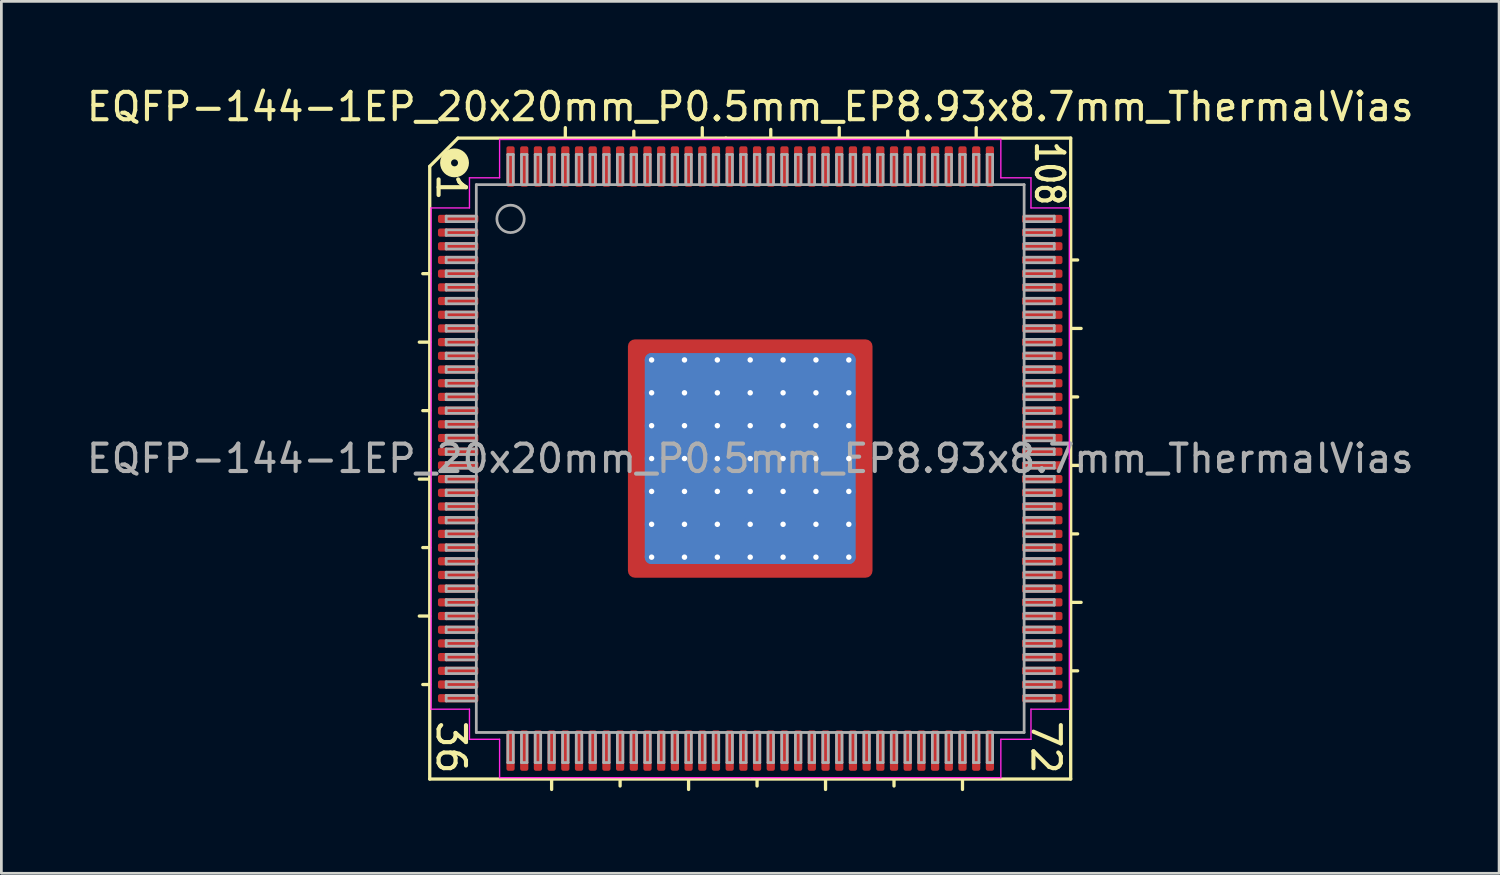
<source format=kicad_pcb>
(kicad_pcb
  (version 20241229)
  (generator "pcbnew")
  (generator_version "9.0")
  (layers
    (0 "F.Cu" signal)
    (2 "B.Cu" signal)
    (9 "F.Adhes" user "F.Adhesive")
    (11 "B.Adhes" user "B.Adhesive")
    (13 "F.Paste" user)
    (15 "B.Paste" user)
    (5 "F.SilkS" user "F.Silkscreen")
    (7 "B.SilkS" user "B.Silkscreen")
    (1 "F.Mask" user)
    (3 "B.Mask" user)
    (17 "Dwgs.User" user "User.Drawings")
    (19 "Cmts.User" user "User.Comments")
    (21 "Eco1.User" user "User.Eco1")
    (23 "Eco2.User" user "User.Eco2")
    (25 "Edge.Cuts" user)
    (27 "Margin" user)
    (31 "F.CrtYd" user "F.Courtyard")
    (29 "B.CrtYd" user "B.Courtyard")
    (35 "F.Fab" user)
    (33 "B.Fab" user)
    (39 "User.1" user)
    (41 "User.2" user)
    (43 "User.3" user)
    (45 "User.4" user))
  (footprint "EQFP-144-1EP_20x20mm_P0.5mm_EP8.93x8.7mm_ThermalVias"
    (layer "F.Cu")
    (at 24.339 13.691)
    (property "Reference" "EQFP-144-1EP_20x20mm_P0.5mm_EP8.93x8.7mm_ThermalVias" (at 0 -12.843 0) (layer "F.SilkS") (effects (font (size 1 1) (thickness 0.15))))
    (attr smd)
    (fp_line (start -11.7 -10.668) (end -11.7 11.7) (stroke (width 0.12) (type solid)) (layer "F.SilkS"))
    (fp_line (start -11.7 -6.75) (end -11.954 -6.75) (stroke (width 0.12) (type solid)) (layer "F.SilkS"))
    (fp_line (start -11.7 -4.25) (end -12.081 -4.25) (stroke (width 0.12) (type solid)) (layer "F.SilkS"))
    (fp_line (start -11.7 -1.75) (end -11.954 -1.75) (stroke (width 0.12) (type solid)) (layer "F.SilkS"))
    (fp_line (start -11.7 0.75) (end -12.081 0.75) (stroke (width 0.12) (type solid)) (layer "F.SilkS"))
    (fp_line (start -11.7 3.25) (end -11.954 3.25) (stroke (width 0.12) (type solid)) (layer "F.SilkS"))
    (fp_line (start -11.7 5.75) (end -12.081 5.75) (stroke (width 0.12) (type solid)) (layer "F.SilkS"))
    (fp_line (start -11.7 8.25) (end -11.954 8.25) (stroke (width 0.12) (type solid)) (layer "F.SilkS"))
    (fp_line (start -11.7 11.7) (end 11.7 11.7) (stroke (width 0.12) (type solid)) (layer "F.SilkS"))
    (fp_line (start -10.668 -11.7) (end -11.7 -10.668) (stroke (width 0.12) (type solid)) (layer "F.SilkS"))
    (fp_line (start -7.25 11.7) (end -7.25 12.081) (stroke (width 0.12) (type solid)) (layer "F.SilkS"))
    (fp_line (start -6.75 -11.7) (end -6.75 -12.081) (stroke (width 0.12) (type solid)) (layer "F.SilkS"))
    (fp_line (start -4.75 11.7) (end -4.75 11.954) (stroke (width 0.12) (type solid)) (layer "F.SilkS"))
    (fp_line (start -4.25 -11.7) (end -4.25 -11.954) (stroke (width 0.12) (type solid)) (layer "F.SilkS"))
    (fp_line (start -2.25 11.7) (end -2.25 12.081) (stroke (width 0.12) (type solid)) (layer "F.SilkS"))
    (fp_line (start -1.75 -11.7) (end -1.75 -12.081) (stroke (width 0.12) (type solid)) (layer "F.SilkS"))
    (fp_line (start -0.889 -11.7) (end -10.668 -11.7) (stroke (width 0.12) (type solid)) (layer "F.SilkS"))
    (fp_line (start 0.25 11.7) (end 0.25 11.954) (stroke (width 0.12) (type solid)) (layer "F.SilkS"))
    (fp_line (start 0.75 -11.766) (end 0.75 -12.016) (stroke (width 0.12) (type solid)) (layer "F.SilkS"))
    (fp_line (start 2.75 11.7) (end 2.75 12.081) (stroke (width 0.12) (type solid)) (layer "F.SilkS"))
    (fp_line (start 3.25 -11.7) (end 3.25 -12.081) (stroke (width 0.12) (type solid)) (layer "F.SilkS"))
    (fp_line (start 5.25 11.7) (end 5.25 11.954) (stroke (width 0.12) (type solid)) (layer "F.SilkS"))
    (fp_line (start 5.75 -11.7) (end 5.75 -11.954) (stroke (width 0.12) (type solid)) (layer "F.SilkS"))
    (fp_line (start 7.75 11.7) (end 7.75 12.081) (stroke (width 0.12) (type solid)) (layer "F.SilkS"))
    (fp_line (start 8.25 -11.7) (end 8.25 -12.081) (stroke (width 0.12) (type solid)) (layer "F.SilkS"))
    (fp_line (start 11.7 -11.7) (end -0.889 -11.7) (stroke (width 0.12) (type solid)) (layer "F.SilkS"))
    (fp_line (start 11.7 -7.25) (end 11.954 -7.25) (stroke (width 0.12) (type solid)) (layer "F.SilkS"))
    (fp_line (start 11.7 -4.75) (end 12.081 -4.75) (stroke (width 0.12) (type solid)) (layer "F.SilkS"))
    (fp_line (start 11.7 -2.25) (end 11.954 -2.25) (stroke (width 0.12) (type solid)) (layer "F.SilkS"))
    (fp_line (start 11.7 0.25) (end 12.081 0.25) (stroke (width 0.12) (type solid)) (layer "F.SilkS"))
    (fp_line (start 11.7 2.75) (end 11.954 2.75) (stroke (width 0.12) (type solid)) (layer "F.SilkS"))
    (fp_line (start 11.7 5.25) (end 12.081 5.25) (stroke (width 0.12) (type solid)) (layer "F.SilkS"))
    (fp_line (start 11.7 7.75) (end 11.954 7.75) (stroke (width 0.12) (type solid)) (layer "F.SilkS"))
    (fp_line (start 11.7 11.7) (end 11.7 -11.7) (stroke (width 0.12) (type solid)) (layer "F.SilkS"))
    (fp_circle (center -10.795 -10.795) (end -10.668 -10.795) (stroke (width 0.4) (type solid)) (fill no) (layer "F.SilkS"))
    (fp_line (start -11.65 -9.15) (end -11.65 0) (stroke (width 0.05) (type solid)) (layer "F.CrtYd"))
    (fp_line (start -11.65 9.15) (end -11.65 0) (stroke (width 0.05) (type solid)) (layer "F.CrtYd"))
    (fp_line (start -10.25 -10.25) (end -10.25 -9.15) (stroke (width 0.05) (type solid)) (layer "F.CrtYd"))
    (fp_line (start -10.25 -9.15) (end -11.65 -9.15) (stroke (width 0.05) (type solid)) (layer "F.CrtYd"))
    (fp_line (start -10.25 9.15) (end -11.65 9.15) (stroke (width 0.05) (type solid)) (layer "F.CrtYd"))
    (fp_line (start -10.25 10.25) (end -10.25 9.15) (stroke (width 0.05) (type solid)) (layer "F.CrtYd"))
    (fp_line (start -9.15 -11.65) (end -9.15 -10.25) (stroke (width 0.05) (type solid)) (layer "F.CrtYd"))
    (fp_line (start -9.15 -10.25) (end -10.25 -10.25) (stroke (width 0.05) (type solid)) (layer "F.CrtYd"))
    (fp_line (start -9.15 10.25) (end -10.25 10.25) (stroke (width 0.05) (type solid)) (layer "F.CrtYd"))
    (fp_line (start -9.15 11.65) (end -9.15 10.25) (stroke (width 0.05) (type solid)) (layer "F.CrtYd"))
    (fp_line (start 0 -11.65) (end -9.15 -11.65) (stroke (width 0.05) (type solid)) (layer "F.CrtYd"))
    (fp_line (start 0 -11.65) (end 9.15 -11.65) (stroke (width 0.05) (type solid)) (layer "F.CrtYd"))
    (fp_line (start 0 11.65) (end -9.15 11.65) (stroke (width 0.05) (type solid)) (layer "F.CrtYd"))
    (fp_line (start 0 11.65) (end 9.15 11.65) (stroke (width 0.05) (type solid)) (layer "F.CrtYd"))
    (fp_line (start 9.15 -11.65) (end 9.15 -10.25) (stroke (width 0.05) (type solid)) (layer "F.CrtYd"))
    (fp_line (start 9.15 -10.25) (end 10.25 -10.25) (stroke (width 0.05) (type solid)) (layer "F.CrtYd"))
    (fp_line (start 9.15 10.25) (end 10.25 10.25) (stroke (width 0.05) (type solid)) (layer "F.CrtYd"))
    (fp_line (start 9.15 11.65) (end 9.15 10.25) (stroke (width 0.05) (type solid)) (layer "F.CrtYd"))
    (fp_line (start 10.25 -10.25) (end 10.25 -9.15) (stroke (width 0.05) (type solid)) (layer "F.CrtYd"))
    (fp_line (start 10.25 -9.15) (end 11.65 -9.15) (stroke (width 0.05) (type solid)) (layer "F.CrtYd"))
    (fp_line (start 10.25 9.15) (end 11.65 9.15) (stroke (width 0.05) (type solid)) (layer "F.CrtYd"))
    (fp_line (start 10.25 10.25) (end 10.25 9.15) (stroke (width 0.05) (type solid)) (layer "F.CrtYd"))
    (fp_line (start 11.65 -9.15) (end 11.65 0) (stroke (width 0.05) (type solid)) (layer "F.CrtYd"))
    (fp_line (start 11.65 9.15) (end 11.65 0) (stroke (width 0.05) (type solid)) (layer "F.CrtYd"))
    (fp_line (start -11.1 -8.85) (end -11.1 -8.65) (stroke (width 0.1) (type solid)) (layer "F.Fab"))
    (fp_line (start -11.1 -8.85) (end -10 -8.85) (stroke (width 0.1) (type solid)) (layer "F.Fab"))
    (fp_line (start -11.1 -8.65) (end -10 -8.65) (stroke (width 0.1) (type solid)) (layer "F.Fab"))
    (fp_line (start -11.1 -8.35) (end -11.1 -8.15) (stroke (width 0.1) (type solid)) (layer "F.Fab"))
    (fp_line (start -11.1 -8.35) (end -10 -8.35) (stroke (width 0.1) (type solid)) (layer "F.Fab"))
    (fp_line (start -11.1 -8.15) (end -10 -8.15) (stroke (width 0.1) (type solid)) (layer "F.Fab"))
    (fp_line (start -11.1 -7.85) (end -11.1 -7.65) (stroke (width 0.1) (type solid)) (layer "F.Fab"))
    (fp_line (start -11.1 -7.85) (end -10 -7.85) (stroke (width 0.1) (type solid)) (layer "F.Fab"))
    (fp_line (start -11.1 -7.65) (end -10 -7.65) (stroke (width 0.1) (type solid)) (layer "F.Fab"))
    (fp_line (start -11.1 -7.35) (end -11.1 -7.15) (stroke (width 0.1) (type solid)) (layer "F.Fab"))
    (fp_line (start -11.1 -7.35) (end -10 -7.35) (stroke (width 0.1) (type solid)) (layer "F.Fab"))
    (fp_line (start -11.1 -7.15) (end -10 -7.15) (stroke (width 0.1) (type solid)) (layer "F.Fab"))
    (fp_line (start -11.1 -6.85) (end -11.1 -6.65) (stroke (width 0.1) (type solid)) (layer "F.Fab"))
    (fp_line (start -11.1 -6.85) (end -10 -6.85) (stroke (width 0.1) (type solid)) (layer "F.Fab"))
    (fp_line (start -11.1 -6.65) (end -10 -6.65) (stroke (width 0.1) (type solid)) (layer "F.Fab"))
    (fp_line (start -11.1 -6.35) (end -11.1 -6.15) (stroke (width 0.1) (type solid)) (layer "F.Fab"))
    (fp_line (start -11.1 -6.35) (end -10 -6.35) (stroke (width 0.1) (type solid)) (layer "F.Fab"))
    (fp_line (start -11.1 -6.15) (end -10 -6.15) (stroke (width 0.1) (type solid)) (layer "F.Fab"))
    (fp_line (start -11.1 -5.85) (end -11.1 -5.65) (stroke (width 0.1) (type solid)) (layer "F.Fab"))
    (fp_line (start -11.1 -5.85) (end -10 -5.85) (stroke (width 0.1) (type solid)) (layer "F.Fab"))
    (fp_line (start -11.1 -5.65) (end -10 -5.65) (stroke (width 0.1) (type solid)) (layer "F.Fab"))
    (fp_line (start -11.1 -5.35) (end -11.1 -5.15) (stroke (width 0.1) (type solid)) (layer "F.Fab"))
    (fp_line (start -11.1 -5.35) (end -10 -5.35) (stroke (width 0.1) (type solid)) (layer "F.Fab"))
    (fp_line (start -11.1 -5.15) (end -10 -5.15) (stroke (width 0.1) (type solid)) (layer "F.Fab"))
    (fp_line (start -11.1 -4.85) (end -11.1 -4.65) (stroke (width 0.1) (type solid)) (layer "F.Fab"))
    (fp_line (start -11.1 -4.85) (end -10 -4.85) (stroke (width 0.1) (type solid)) (layer "F.Fab"))
    (fp_line (start -11.1 -4.65) (end -10 -4.65) (stroke (width 0.1) (type solid)) (layer "F.Fab"))
    (fp_line (start -11.1 -4.35) (end -11.1 -4.15) (stroke (width 0.1) (type solid)) (layer "F.Fab"))
    (fp_line (start -11.1 -4.35) (end -10 -4.35) (stroke (width 0.1) (type solid)) (layer "F.Fab"))
    (fp_line (start -11.1 -4.15) (end -10 -4.15) (stroke (width 0.1) (type solid)) (layer "F.Fab"))
    (fp_line (start -11.1 -3.85) (end -11.1 -3.65) (stroke (width 0.1) (type solid)) (layer "F.Fab"))
    (fp_line (start -11.1 -3.85) (end -10 -3.85) (stroke (width 0.1) (type solid)) (layer "F.Fab"))
    (fp_line (start -11.1 -3.65) (end -10 -3.65) (stroke (width 0.1) (type solid)) (layer "F.Fab"))
    (fp_line (start -11.1 -3.35) (end -11.1 -3.15) (stroke (width 0.1) (type solid)) (layer "F.Fab"))
    (fp_line (start -11.1 -3.35) (end -10 -3.35) (stroke (width 0.1) (type solid)) (layer "F.Fab"))
    (fp_line (start -11.1 -3.15) (end -10 -3.15) (stroke (width 0.1) (type solid)) (layer "F.Fab"))
    (fp_line (start -11.1 -2.85) (end -11.1 -2.65) (stroke (width 0.1) (type solid)) (layer "F.Fab"))
    (fp_line (start -11.1 -2.85) (end -10 -2.85) (stroke (width 0.1) (type solid)) (layer "F.Fab"))
    (fp_line (start -11.1 -2.65) (end -10 -2.65) (stroke (width 0.1) (type solid)) (layer "F.Fab"))
    (fp_line (start -11.1 -2.35) (end -11.1 -2.15) (stroke (width 0.1) (type solid)) (layer "F.Fab"))
    (fp_line (start -11.1 -2.35) (end -10 -2.35) (stroke (width 0.1) (type solid)) (layer "F.Fab"))
    (fp_line (start -11.1 -2.15) (end -10 -2.15) (stroke (width 0.1) (type solid)) (layer "F.Fab"))
    (fp_line (start -11.1 -1.85) (end -11.1 -1.65) (stroke (width 0.1) (type solid)) (layer "F.Fab"))
    (fp_line (start -11.1 -1.85) (end -10 -1.85) (stroke (width 0.1) (type solid)) (layer "F.Fab"))
    (fp_line (start -11.1 -1.65) (end -10 -1.65) (stroke (width 0.1) (type solid)) (layer "F.Fab"))
    (fp_line (start -11.1 -1.35) (end -11.1 -1.15) (stroke (width 0.1) (type solid)) (layer "F.Fab"))
    (fp_line (start -11.1 -1.35) (end -10 -1.35) (stroke (width 0.1) (type solid)) (layer "F.Fab"))
    (fp_line (start -11.1 -1.15) (end -10 -1.15) (stroke (width 0.1) (type solid)) (layer "F.Fab"))
    (fp_line (start -11.1 -0.85) (end -11.1 -0.65) (stroke (width 0.1) (type solid)) (layer "F.Fab"))
    (fp_line (start -11.1 -0.85) (end -10 -0.85) (stroke (width 0.1) (type solid)) (layer "F.Fab"))
    (fp_line (start -11.1 -0.65) (end -10 -0.65) (stroke (width 0.1) (type solid)) (layer "F.Fab"))
    (fp_line (start -11.1 -0.35) (end -11.1 -0.15) (stroke (width 0.1) (type solid)) (layer "F.Fab"))
    (fp_line (start -11.1 -0.35) (end -10 -0.35) (stroke (width 0.1) (type solid)) (layer "F.Fab"))
    (fp_line (start -11.1 -0.15) (end -10 -0.15) (stroke (width 0.1) (type solid)) (layer "F.Fab"))
    (fp_line (start -11.1 0.15) (end -11.1 0.35) (stroke (width 0.1) (type solid)) (layer "F.Fab"))
    (fp_line (start -11.1 0.15) (end -10 0.15) (stroke (width 0.1) (type solid)) (layer "F.Fab"))
    (fp_line (start -11.1 0.35) (end -10 0.35) (stroke (width 0.1) (type solid)) (layer "F.Fab"))
    (fp_line (start -11.1 0.65) (end -11.1 0.85) (stroke (width 0.1) (type solid)) (layer "F.Fab"))
    (fp_line (start -11.1 0.65) (end -10 0.65) (stroke (width 0.1) (type solid)) (layer "F.Fab"))
    (fp_line (start -11.1 0.85) (end -10 0.85) (stroke (width 0.1) (type solid)) (layer "F.Fab"))
    (fp_line (start -11.1 1.15) (end -11.1 1.35) (stroke (width 0.1) (type solid)) (layer "F.Fab"))
    (fp_line (start -11.1 1.15) (end -10 1.15) (stroke (width 0.1) (type solid)) (layer "F.Fab"))
    (fp_line (start -11.1 1.35) (end -10 1.35) (stroke (width 0.1) (type solid)) (layer "F.Fab"))
    (fp_line (start -11.1 1.65) (end -11.1 1.85) (stroke (width 0.1) (type solid)) (layer "F.Fab"))
    (fp_line (start -11.1 1.65) (end -10 1.65) (stroke (width 0.1) (type solid)) (layer "F.Fab"))
    (fp_line (start -11.1 1.85) (end -10 1.85) (stroke (width 0.1) (type solid)) (layer "F.Fab"))
    (fp_line (start -11.1 2.15) (end -11.1 2.35) (stroke (width 0.1) (type solid)) (layer "F.Fab"))
    (fp_line (start -11.1 2.15) (end -10 2.15) (stroke (width 0.1) (type solid)) (layer "F.Fab"))
    (fp_line (start -11.1 2.35) (end -10 2.35) (stroke (width 0.1) (type solid)) (layer "F.Fab"))
    (fp_line (start -11.1 2.65) (end -11.1 2.85) (stroke (width 0.1) (type solid)) (layer "F.Fab"))
    (fp_line (start -11.1 2.65) (end -10 2.65) (stroke (width 0.1) (type solid)) (layer "F.Fab"))
    (fp_line (start -11.1 2.85) (end -10 2.85) (stroke (width 0.1) (type solid)) (layer "F.Fab"))
    (fp_line (start -11.1 3.15) (end -11.1 3.35) (stroke (width 0.1) (type solid)) (layer "F.Fab"))
    (fp_line (start -11.1 3.15) (end -10 3.15) (stroke (width 0.1) (type solid)) (layer "F.Fab"))
    (fp_line (start -11.1 3.35) (end -10 3.35) (stroke (width 0.1) (type solid)) (layer "F.Fab"))
    (fp_line (start -11.1 3.65) (end -11.1 3.85) (stroke (width 0.1) (type solid)) (layer "F.Fab"))
    (fp_line (start -11.1 3.65) (end -10 3.65) (stroke (width 0.1) (type solid)) (layer "F.Fab"))
    (fp_line (start -11.1 3.85) (end -10 3.85) (stroke (width 0.1) (type solid)) (layer "F.Fab"))
    (fp_line (start -11.1 4.15) (end -11.1 4.35) (stroke (width 0.1) (type solid)) (layer "F.Fab"))
    (fp_line (start -11.1 4.15) (end -10 4.15) (stroke (width 0.1) (type solid)) (layer "F.Fab"))
    (fp_line (start -11.1 4.35) (end -10 4.35) (stroke (width 0.1) (type solid)) (layer "F.Fab"))
    (fp_line (start -11.1 4.65) (end -11.1 4.85) (stroke (width 0.1) (type solid)) (layer "F.Fab"))
    (fp_line (start -11.1 4.65) (end -10 4.65) (stroke (width 0.1) (type solid)) (layer "F.Fab"))
    (fp_line (start -11.1 4.85) (end -10 4.85) (stroke (width 0.1) (type solid)) (layer "F.Fab"))
    (fp_line (start -11.1 5.15) (end -11.1 5.35) (stroke (width 0.1) (type solid)) (layer "F.Fab"))
    (fp_line (start -11.1 5.15) (end -10 5.15) (stroke (width 0.1) (type solid)) (layer "F.Fab"))
    (fp_line (start -11.1 5.35) (end -10 5.35) (stroke (width 0.1) (type solid)) (layer "F.Fab"))
    (fp_line (start -11.1 5.65) (end -11.1 5.85) (stroke (width 0.1) (type solid)) (layer "F.Fab"))
    (fp_line (start -11.1 5.65) (end -10 5.65) (stroke (width 0.1) (type solid)) (layer "F.Fab"))
    (fp_line (start -11.1 5.85) (end -10 5.85) (stroke (width 0.1) (type solid)) (layer "F.Fab"))
    (fp_line (start -11.1 6.15) (end -11.1 6.35) (stroke (width 0.1) (type solid)) (layer "F.Fab"))
    (fp_line (start -11.1 6.15) (end -10 6.15) (stroke (width 0.1) (type solid)) (layer "F.Fab"))
    (fp_line (start -11.1 6.35) (end -10 6.35) (stroke (width 0.1) (type solid)) (layer "F.Fab"))
    (fp_line (start -11.1 6.65) (end -11.1 6.85) (stroke (width 0.1) (type solid)) (layer "F.Fab"))
    (fp_line (start -11.1 6.65) (end -10 6.65) (stroke (width 0.1) (type solid)) (layer "F.Fab"))
    (fp_line (start -11.1 6.85) (end -10 6.85) (stroke (width 0.1) (type solid)) (layer "F.Fab"))
    (fp_line (start -11.1 7.15) (end -11.1 7.35) (stroke (width 0.1) (type solid)) (layer "F.Fab"))
    (fp_line (start -11.1 7.15) (end -10 7.15) (stroke (width 0.1) (type solid)) (layer "F.Fab"))
    (fp_line (start -11.1 7.35) (end -10 7.35) (stroke (width 0.1) (type solid)) (layer "F.Fab"))
    (fp_line (start -11.1 7.65) (end -11.1 7.85) (stroke (width 0.1) (type solid)) (layer "F.Fab"))
    (fp_line (start -11.1 7.65) (end -10 7.65) (stroke (width 0.1) (type solid)) (layer "F.Fab"))
    (fp_line (start -11.1 7.85) (end -10 7.85) (stroke (width 0.1) (type solid)) (layer "F.Fab"))
    (fp_line (start -11.1 8.15) (end -11.1 8.35) (stroke (width 0.1) (type solid)) (layer "F.Fab"))
    (fp_line (start -11.1 8.15) (end -10 8.15) (stroke (width 0.1) (type solid)) (layer "F.Fab"))
    (fp_line (start -11.1 8.35) (end -10 8.35) (stroke (width 0.1) (type solid)) (layer "F.Fab"))
    (fp_line (start -11.1 8.65) (end -11.1 8.85) (stroke (width 0.1) (type solid)) (layer "F.Fab"))
    (fp_line (start -11.1 8.65) (end -10 8.65) (stroke (width 0.1) (type solid)) (layer "F.Fab"))
    (fp_line (start -11.1 8.85) (end -10 8.85) (stroke (width 0.1) (type solid)) (layer "F.Fab"))
    (fp_line (start -10 -10) (end 10 -10) (stroke (width 0.1) (type solid)) (layer "F.Fab"))
    (fp_line (start -10 10) (end -10 -10) (stroke (width 0.1) (type solid)) (layer "F.Fab"))
    (fp_line (start -8.85 -11.1) (end -8.85 -10) (stroke (width 0.1) (type solid)) (layer "F.Fab"))
    (fp_line (start -8.85 11.1) (end -8.85 10) (stroke (width 0.1) (type solid)) (layer "F.Fab"))
    (fp_line (start -8.85 11.1) (end -8.65 11.1) (stroke (width 0.1) (type solid)) (layer "F.Fab"))
    (fp_line (start -8.65 -11.1) (end -8.85 -11.1) (stroke (width 0.1) (type solid)) (layer "F.Fab"))
    (fp_line (start -8.65 -11.1) (end -8.65 -10) (stroke (width 0.1) (type solid)) (layer "F.Fab"))
    (fp_line (start -8.65 11.1) (end -8.65 10) (stroke (width 0.1) (type solid)) (layer "F.Fab"))
    (fp_line (start -8.35 -11.1) (end -8.35 -10) (stroke (width 0.1) (type solid)) (layer "F.Fab"))
    (fp_line (start -8.35 11.1) (end -8.35 10) (stroke (width 0.1) (type solid)) (layer "F.Fab"))
    (fp_line (start -8.35 11.1) (end -8.15 11.1) (stroke (width 0.1) (type solid)) (layer "F.Fab"))
    (fp_line (start -8.15 -11.1) (end -8.35 -11.1) (stroke (width 0.1) (type solid)) (layer "F.Fab"))
    (fp_line (start -8.15 -11.1) (end -8.15 -10) (stroke (width 0.1) (type solid)) (layer "F.Fab"))
    (fp_line (start -8.15 11.1) (end -8.15 10) (stroke (width 0.1) (type solid)) (layer "F.Fab"))
    (fp_line (start -7.85 -11.1) (end -7.85 -10) (stroke (width 0.1) (type solid)) (layer "F.Fab"))
    (fp_line (start -7.85 11.1) (end -7.85 10) (stroke (width 0.1) (type solid)) (layer "F.Fab"))
    (fp_line (start -7.85 11.1) (end -7.65 11.1) (stroke (width 0.1) (type solid)) (layer "F.Fab"))
    (fp_line (start -7.65 -11.1) (end -7.85 -11.1) (stroke (width 0.1) (type solid)) (layer "F.Fab"))
    (fp_line (start -7.65 -11.1) (end -7.65 -10) (stroke (width 0.1) (type solid)) (layer "F.Fab"))
    (fp_line (start -7.65 11.1) (end -7.65 10) (stroke (width 0.1) (type solid)) (layer "F.Fab"))
    (fp_line (start -7.35 -11.1) (end -7.35 -10) (stroke (width 0.1) (type solid)) (layer "F.Fab"))
    (fp_line (start -7.35 11.1) (end -7.35 10) (stroke (width 0.1) (type solid)) (layer "F.Fab"))
    (fp_line (start -7.35 11.1) (end -7.15 11.1) (stroke (width 0.1) (type solid)) (layer "F.Fab"))
    (fp_line (start -7.15 -11.1) (end -7.35 -11.1) (stroke (width 0.1) (type solid)) (layer "F.Fab"))
    (fp_line (start -7.15 -11.1) (end -7.15 -10) (stroke (width 0.1) (type solid)) (layer "F.Fab"))
    (fp_line (start -7.15 11.1) (end -7.15 10) (stroke (width 0.1) (type solid)) (layer "F.Fab"))
    (fp_line (start -6.85 -11.1) (end -6.85 -10) (stroke (width 0.1) (type solid)) (layer "F.Fab"))
    (fp_line (start -6.85 11.1) (end -6.85 10) (stroke (width 0.1) (type solid)) (layer "F.Fab"))
    (fp_line (start -6.85 11.1) (end -6.65 11.1) (stroke (width 0.1) (type solid)) (layer "F.Fab"))
    (fp_line (start -6.65 -11.1) (end -6.85 -11.1) (stroke (width 0.1) (type solid)) (layer "F.Fab"))
    (fp_line (start -6.65 -11.1) (end -6.65 -10) (stroke (width 0.1) (type solid)) (layer "F.Fab"))
    (fp_line (start -6.65 11.1) (end -6.65 10) (stroke (width 0.1) (type solid)) (layer "F.Fab"))
    (fp_line (start -6.35 -11.1) (end -6.35 -10) (stroke (width 0.1) (type solid)) (layer "F.Fab"))
    (fp_line (start -6.35 11.1) (end -6.35 10) (stroke (width 0.1) (type solid)) (layer "F.Fab"))
    (fp_line (start -6.35 11.1) (end -6.15 11.1) (stroke (width 0.1) (type solid)) (layer "F.Fab"))
    (fp_line (start -6.15 -11.1) (end -6.35 -11.1) (stroke (width 0.1) (type solid)) (layer "F.Fab"))
    (fp_line (start -6.15 -11.1) (end -6.15 -10) (stroke (width 0.1) (type solid)) (layer "F.Fab"))
    (fp_line (start -6.15 11.1) (end -6.15 10) (stroke (width 0.1) (type solid)) (layer "F.Fab"))
    (fp_line (start -5.85 -11.1) (end -5.85 -10) (stroke (width 0.1) (type solid)) (layer "F.Fab"))
    (fp_line (start -5.85 11.1) (end -5.85 10) (stroke (width 0.1) (type solid)) (layer "F.Fab"))
    (fp_line (start -5.85 11.1) (end -5.65 11.1) (stroke (width 0.1) (type solid)) (layer "F.Fab"))
    (fp_line (start -5.65 -11.1) (end -5.85 -11.1) (stroke (width 0.1) (type solid)) (layer "F.Fab"))
    (fp_line (start -5.65 -11.1) (end -5.65 -10) (stroke (width 0.1) (type solid)) (layer "F.Fab"))
    (fp_line (start -5.65 11.1) (end -5.65 10) (stroke (width 0.1) (type solid)) (layer "F.Fab"))
    (fp_line (start -5.35 -11.1) (end -5.35 -10) (stroke (width 0.1) (type solid)) (layer "F.Fab"))
    (fp_line (start -5.35 11.1) (end -5.35 10) (stroke (width 0.1) (type solid)) (layer "F.Fab"))
    (fp_line (start -5.35 11.1) (end -5.15 11.1) (stroke (width 0.1) (type solid)) (layer "F.Fab"))
    (fp_line (start -5.15 -11.1) (end -5.35 -11.1) (stroke (width 0.1) (type solid)) (layer "F.Fab"))
    (fp_line (start -5.15 -11.1) (end -5.15 -10) (stroke (width 0.1) (type solid)) (layer "F.Fab"))
    (fp_line (start -5.15 11.1) (end -5.15 10) (stroke (width 0.1) (type solid)) (layer "F.Fab"))
    (fp_line (start -4.85 -11.1) (end -4.85 -10) (stroke (width 0.1) (type solid)) (layer "F.Fab"))
    (fp_line (start -4.85 11.1) (end -4.85 10) (stroke (width 0.1) (type solid)) (layer "F.Fab"))
    (fp_line (start -4.85 11.1) (end -4.65 11.1) (stroke (width 0.1) (type solid)) (layer "F.Fab"))
    (fp_line (start -4.65 -11.1) (end -4.85 -11.1) (stroke (width 0.1) (type solid)) (layer "F.Fab"))
    (fp_line (start -4.65 -11.1) (end -4.65 -10) (stroke (width 0.1) (type solid)) (layer "F.Fab"))
    (fp_line (start -4.65 11.1) (end -4.65 10) (stroke (width 0.1) (type solid)) (layer "F.Fab"))
    (fp_line (start -4.35 -11.1) (end -4.35 -10) (stroke (width 0.1) (type solid)) (layer "F.Fab"))
    (fp_line (start -4.35 11.1) (end -4.35 10) (stroke (width 0.1) (type solid)) (layer "F.Fab"))
    (fp_line (start -4.35 11.1) (end -4.15 11.1) (stroke (width 0.1) (type solid)) (layer "F.Fab"))
    (fp_line (start -4.15 -11.1) (end -4.35 -11.1) (stroke (width 0.1) (type solid)) (layer "F.Fab"))
    (fp_line (start -4.15 -11.1) (end -4.15 -10) (stroke (width 0.1) (type solid)) (layer "F.Fab"))
    (fp_line (start -4.15 11.1) (end -4.15 10) (stroke (width 0.1) (type solid)) (layer "F.Fab"))
    (fp_line (start -3.85 -11.1) (end -3.85 -10) (stroke (width 0.1) (type solid)) (layer "F.Fab"))
    (fp_line (start -3.85 11.1) (end -3.85 10) (stroke (width 0.1) (type solid)) (layer "F.Fab"))
    (fp_line (start -3.85 11.1) (end -3.65 11.1) (stroke (width 0.1) (type solid)) (layer "F.Fab"))
    (fp_line (start -3.65 -11.1) (end -3.85 -11.1) (stroke (width 0.1) (type solid)) (layer "F.Fab"))
    (fp_line (start -3.65 -11.1) (end -3.65 -10) (stroke (width 0.1) (type solid)) (layer "F.Fab"))
    (fp_line (start -3.65 11.1) (end -3.65 10) (stroke (width 0.1) (type solid)) (layer "F.Fab"))
    (fp_line (start -3.35 -11.1) (end -3.35 -10) (stroke (width 0.1) (type solid)) (layer "F.Fab"))
    (fp_line (start -3.35 11.1) (end -3.35 10) (stroke (width 0.1) (type solid)) (layer "F.Fab"))
    (fp_line (start -3.35 11.1) (end -3.15 11.1) (stroke (width 0.1) (type solid)) (layer "F.Fab"))
    (fp_line (start -3.15 -11.1) (end -3.35 -11.1) (stroke (width 0.1) (type solid)) (layer "F.Fab"))
    (fp_line (start -3.15 -11.1) (end -3.15 -10) (stroke (width 0.1) (type solid)) (layer "F.Fab"))
    (fp_line (start -3.15 11.1) (end -3.15 10) (stroke (width 0.1) (type solid)) (layer "F.Fab"))
    (fp_line (start -2.85 -11.1) (end -2.85 -10) (stroke (width 0.1) (type solid)) (layer "F.Fab"))
    (fp_line (start -2.85 11.1) (end -2.85 10) (stroke (width 0.1) (type solid)) (layer "F.Fab"))
    (fp_line (start -2.85 11.1) (end -2.65 11.1) (stroke (width 0.1) (type solid)) (layer "F.Fab"))
    (fp_line (start -2.65 -11.1) (end -2.85 -11.1) (stroke (width 0.1) (type solid)) (layer "F.Fab"))
    (fp_line (start -2.65 -11.1) (end -2.65 -10) (stroke (width 0.1) (type solid)) (layer "F.Fab"))
    (fp_line (start -2.65 11.1) (end -2.65 10) (stroke (width 0.1) (type solid)) (layer "F.Fab"))
    (fp_line (start -2.35 -11.1) (end -2.35 -10) (stroke (width 0.1) (type solid)) (layer "F.Fab"))
    (fp_line (start -2.35 11.1) (end -2.35 10) (stroke (width 0.1) (type solid)) (layer "F.Fab"))
    (fp_line (start -2.35 11.1) (end -2.15 11.1) (stroke (width 0.1) (type solid)) (layer "F.Fab"))
    (fp_line (start -2.15 -11.1) (end -2.35 -11.1) (stroke (width 0.1) (type solid)) (layer "F.Fab"))
    (fp_line (start -2.15 -11.1) (end -2.15 -10) (stroke (width 0.1) (type solid)) (layer "F.Fab"))
    (fp_line (start -2.15 11.1) (end -2.15 10) (stroke (width 0.1) (type solid)) (layer "F.Fab"))
    (fp_line (start -1.85 -11.1) (end -1.85 -10) (stroke (width 0.1) (type solid)) (layer "F.Fab"))
    (fp_line (start -1.85 11.1) (end -1.85 10) (stroke (width 0.1) (type solid)) (layer "F.Fab"))
    (fp_line (start -1.85 11.1) (end -1.65 11.1) (stroke (width 0.1) (type solid)) (layer "F.Fab"))
    (fp_line (start -1.65 -11.1) (end -1.85 -11.1) (stroke (width 0.1) (type solid)) (layer "F.Fab"))
    (fp_line (start -1.65 -11.1) (end -1.65 -10) (stroke (width 0.1) (type solid)) (layer "F.Fab"))
    (fp_line (start -1.65 11.1) (end -1.65 10) (stroke (width 0.1) (type solid)) (layer "F.Fab"))
    (fp_line (start -1.35 -11.1) (end -1.35 -10) (stroke (width 0.1) (type solid)) (layer "F.Fab"))
    (fp_line (start -1.35 11.1) (end -1.35 10) (stroke (width 0.1) (type solid)) (layer "F.Fab"))
    (fp_line (start -1.35 11.1) (end -1.15 11.1) (stroke (width 0.1) (type solid)) (layer "F.Fab"))
    (fp_line (start -1.15 -11.1) (end -1.35 -11.1) (stroke (width 0.1) (type solid)) (layer "F.Fab"))
    (fp_line (start -1.15 -11.1) (end -1.15 -10) (stroke (width 0.1) (type solid)) (layer "F.Fab"))
    (fp_line (start -1.15 11.1) (end -1.15 10) (stroke (width 0.1) (type solid)) (layer "F.Fab"))
    (fp_line (start -0.85 -11.1) (end -0.85 -10) (stroke (width 0.1) (type solid)) (layer "F.Fab"))
    (fp_line (start -0.85 11.1) (end -0.85 10) (stroke (width 0.1) (type solid)) (layer "F.Fab"))
    (fp_line (start -0.85 11.1) (end -0.65 11.1) (stroke (width 0.1) (type solid)) (layer "F.Fab"))
    (fp_line (start -0.65 -11.1) (end -0.85 -11.1) (stroke (width 0.1) (type solid)) (layer "F.Fab"))
    (fp_line (start -0.65 -11.1) (end -0.65 -10) (stroke (width 0.1) (type solid)) (layer "F.Fab"))
    (fp_line (start -0.65 11.1) (end -0.65 10) (stroke (width 0.1) (type solid)) (layer "F.Fab"))
    (fp_line (start -0.35 -11.1) (end -0.35 -10) (stroke (width 0.1) (type solid)) (layer "F.Fab"))
    (fp_line (start -0.35 11.1) (end -0.35 10) (stroke (width 0.1) (type solid)) (layer "F.Fab"))
    (fp_line (start -0.35 11.1) (end -0.15 11.1) (stroke (width 0.1) (type solid)) (layer "F.Fab"))
    (fp_line (start -0.15 -11.1) (end -0.35 -11.1) (stroke (width 0.1) (type solid)) (layer "F.Fab"))
    (fp_line (start -0.15 -11.1) (end -0.15 -10) (stroke (width 0.1) (type solid)) (layer "F.Fab"))
    (fp_line (start -0.15 11.1) (end -0.15 10) (stroke (width 0.1) (type solid)) (layer "F.Fab"))
    (fp_line (start 0.15 -11.1) (end 0.15 -10) (stroke (width 0.1) (type solid)) (layer "F.Fab"))
    (fp_line (start 0.15 11.1) (end 0.15 10) (stroke (width 0.1) (type solid)) (layer "F.Fab"))
    (fp_line (start 0.15 11.1) (end 0.35 11.1) (stroke (width 0.1) (type solid)) (layer "F.Fab"))
    (fp_line (start 0.35 -11.1) (end 0.15 -11.1) (stroke (width 0.1) (type solid)) (layer "F.Fab"))
    (fp_line (start 0.35 -11.1) (end 0.35 -10) (stroke (width 0.1) (type solid)) (layer "F.Fab"))
    (fp_line (start 0.35 11.1) (end 0.35 10) (stroke (width 0.1) (type solid)) (layer "F.Fab"))
    (fp_line (start 0.65 -11.1) (end 0.65 -10) (stroke (width 0.1) (type solid)) (layer "F.Fab"))
    (fp_line (start 0.65 11.1) (end 0.65 10) (stroke (width 0.1) (type solid)) (layer "F.Fab"))
    (fp_line (start 0.65 11.1) (end 0.85 11.1) (stroke (width 0.1) (type solid)) (layer "F.Fab"))
    (fp_line (start 0.85 -11.1) (end 0.65 -11.1) (stroke (width 0.1) (type solid)) (layer "F.Fab"))
    (fp_line (start 0.85 -11.1) (end 0.85 -10) (stroke (width 0.1) (type solid)) (layer "F.Fab"))
    (fp_line (start 0.85 11.1) (end 0.85 10) (stroke (width 0.1) (type solid)) (layer "F.Fab"))
    (fp_line (start 1.15 -11.1) (end 1.15 -10) (stroke (width 0.1) (type solid)) (layer "F.Fab"))
    (fp_line (start 1.15 11.1) (end 1.15 10) (stroke (width 0.1) (type solid)) (layer "F.Fab"))
    (fp_line (start 1.15 11.1) (end 1.35 11.1) (stroke (width 0.1) (type solid)) (layer "F.Fab"))
    (fp_line (start 1.35 -11.1) (end 1.15 -11.1) (stroke (width 0.1) (type solid)) (layer "F.Fab"))
    (fp_line (start 1.35 -11.1) (end 1.35 -10) (stroke (width 0.1) (type solid)) (layer "F.Fab"))
    (fp_line (start 1.35 11.1) (end 1.35 10) (stroke (width 0.1) (type solid)) (layer "F.Fab"))
    (fp_line (start 1.65 -11.1) (end 1.65 -10) (stroke (width 0.1) (type solid)) (layer "F.Fab"))
    (fp_line (start 1.65 11.1) (end 1.65 10) (stroke (width 0.1) (type solid)) (layer "F.Fab"))
    (fp_line (start 1.65 11.1) (end 1.85 11.1) (stroke (width 0.1) (type solid)) (layer "F.Fab"))
    (fp_line (start 1.85 -11.1) (end 1.65 -11.1) (stroke (width 0.1) (type solid)) (layer "F.Fab"))
    (fp_line (start 1.85 -11.1) (end 1.85 -10) (stroke (width 0.1) (type solid)) (layer "F.Fab"))
    (fp_line (start 1.85 11.1) (end 1.85 10) (stroke (width 0.1) (type solid)) (layer "F.Fab"))
    (fp_line (start 2.15 -11.1) (end 2.15 -10) (stroke (width 0.1) (type solid)) (layer "F.Fab"))
    (fp_line (start 2.15 11.1) (end 2.15 10) (stroke (width 0.1) (type solid)) (layer "F.Fab"))
    (fp_line (start 2.15 11.1) (end 2.35 11.1) (stroke (width 0.1) (type solid)) (layer "F.Fab"))
    (fp_line (start 2.35 -11.1) (end 2.15 -11.1) (stroke (width 0.1) (type solid)) (layer "F.Fab"))
    (fp_line (start 2.35 -11.1) (end 2.35 -10) (stroke (width 0.1) (type solid)) (layer "F.Fab"))
    (fp_line (start 2.35 11.1) (end 2.35 10) (stroke (width 0.1) (type solid)) (layer "F.Fab"))
    (fp_line (start 2.65 -11.1) (end 2.65 -10) (stroke (width 0.1) (type solid)) (layer "F.Fab"))
    (fp_line (start 2.65 11.1) (end 2.65 10) (stroke (width 0.1) (type solid)) (layer "F.Fab"))
    (fp_line (start 2.65 11.1) (end 2.85 11.1) (stroke (width 0.1) (type solid)) (layer "F.Fab"))
    (fp_line (start 2.85 -11.1) (end 2.65 -11.1) (stroke (width 0.1) (type solid)) (layer "F.Fab"))
    (fp_line (start 2.85 -11.1) (end 2.85 -10) (stroke (width 0.1) (type solid)) (layer "F.Fab"))
    (fp_line (start 2.85 11.1) (end 2.85 10) (stroke (width 0.1) (type solid)) (layer "F.Fab"))
    (fp_line (start 3.15 -11.1) (end 3.15 -10) (stroke (width 0.1) (type solid)) (layer "F.Fab"))
    (fp_line (start 3.15 11.1) (end 3.15 10) (stroke (width 0.1) (type solid)) (layer "F.Fab"))
    (fp_line (start 3.15 11.1) (end 3.35 11.1) (stroke (width 0.1) (type solid)) (layer "F.Fab"))
    (fp_line (start 3.35 -11.1) (end 3.15 -11.1) (stroke (width 0.1) (type solid)) (layer "F.Fab"))
    (fp_line (start 3.35 -11.1) (end 3.35 -10) (stroke (width 0.1) (type solid)) (layer "F.Fab"))
    (fp_line (start 3.35 11.1) (end 3.35 10) (stroke (width 0.1) (type solid)) (layer "F.Fab"))
    (fp_line (start 3.65 -11.1) (end 3.65 -10) (stroke (width 0.1) (type solid)) (layer "F.Fab"))
    (fp_line (start 3.65 11.1) (end 3.65 10) (stroke (width 0.1) (type solid)) (layer "F.Fab"))
    (fp_line (start 3.65 11.1) (end 3.85 11.1) (stroke (width 0.1) (type solid)) (layer "F.Fab"))
    (fp_line (start 3.85 -11.1) (end 3.65 -11.1) (stroke (width 0.1) (type solid)) (layer "F.Fab"))
    (fp_line (start 3.85 -11.1) (end 3.85 -10) (stroke (width 0.1) (type solid)) (layer "F.Fab"))
    (fp_line (start 3.85 11.1) (end 3.85 10) (stroke (width 0.1) (type solid)) (layer "F.Fab"))
    (fp_line (start 4.15 -11.1) (end 4.15 -10) (stroke (width 0.1) (type solid)) (layer "F.Fab"))
    (fp_line (start 4.15 11.1) (end 4.15 10) (stroke (width 0.1) (type solid)) (layer "F.Fab"))
    (fp_line (start 4.15 11.1) (end 4.35 11.1) (stroke (width 0.1) (type solid)) (layer "F.Fab"))
    (fp_line (start 4.35 -11.1) (end 4.15 -11.1) (stroke (width 0.1) (type solid)) (layer "F.Fab"))
    (fp_line (start 4.35 -11.1) (end 4.35 -10) (stroke (width 0.1) (type solid)) (layer "F.Fab"))
    (fp_line (start 4.35 11.1) (end 4.35 10) (stroke (width 0.1) (type solid)) (layer "F.Fab"))
    (fp_line (start 4.65 -11.1) (end 4.65 -10) (stroke (width 0.1) (type solid)) (layer "F.Fab"))
    (fp_line (start 4.65 11.1) (end 4.65 10) (stroke (width 0.1) (type solid)) (layer "F.Fab"))
    (fp_line (start 4.65 11.1) (end 4.85 11.1) (stroke (width 0.1) (type solid)) (layer "F.Fab"))
    (fp_line (start 4.85 -11.1) (end 4.65 -11.1) (stroke (width 0.1) (type solid)) (layer "F.Fab"))
    (fp_line (start 4.85 -11.1) (end 4.85 -10) (stroke (width 0.1) (type solid)) (layer "F.Fab"))
    (fp_line (start 4.85 11.1) (end 4.85 10) (stroke (width 0.1) (type solid)) (layer "F.Fab"))
    (fp_line (start 5.15 -11.1) (end 5.15 -10) (stroke (width 0.1) (type solid)) (layer "F.Fab"))
    (fp_line (start 5.15 11.1) (end 5.15 10) (stroke (width 0.1) (type solid)) (layer "F.Fab"))
    (fp_line (start 5.15 11.1) (end 5.35 11.1) (stroke (width 0.1) (type solid)) (layer "F.Fab"))
    (fp_line (start 5.35 -11.1) (end 5.15 -11.1) (stroke (width 0.1) (type solid)) (layer "F.Fab"))
    (fp_line (start 5.35 -11.1) (end 5.35 -10) (stroke (width 0.1) (type solid)) (layer "F.Fab"))
    (fp_line (start 5.35 11.1) (end 5.35 10) (stroke (width 0.1) (type solid)) (layer "F.Fab"))
    (fp_line (start 5.65 -11.1) (end 5.65 -10) (stroke (width 0.1) (type solid)) (layer "F.Fab"))
    (fp_line (start 5.65 11.1) (end 5.65 10) (stroke (width 0.1) (type solid)) (layer "F.Fab"))
    (fp_line (start 5.65 11.1) (end 5.85 11.1) (stroke (width 0.1) (type solid)) (layer "F.Fab"))
    (fp_line (start 5.85 -11.1) (end 5.65 -11.1) (stroke (width 0.1) (type solid)) (layer "F.Fab"))
    (fp_line (start 5.85 -11.1) (end 5.85 -10) (stroke (width 0.1) (type solid)) (layer "F.Fab"))
    (fp_line (start 5.85 11.1) (end 5.85 10) (stroke (width 0.1) (type solid)) (layer "F.Fab"))
    (fp_line (start 6.15 -11.1) (end 6.15 -10) (stroke (width 0.1) (type solid)) (layer "F.Fab"))
    (fp_line (start 6.15 11.1) (end 6.15 10) (stroke (width 0.1) (type solid)) (layer "F.Fab"))
    (fp_line (start 6.15 11.1) (end 6.35 11.1) (stroke (width 0.1) (type solid)) (layer "F.Fab"))
    (fp_line (start 6.35 -11.1) (end 6.15 -11.1) (stroke (width 0.1) (type solid)) (layer "F.Fab"))
    (fp_line (start 6.35 -11.1) (end 6.35 -10) (stroke (width 0.1) (type solid)) (layer "F.Fab"))
    (fp_line (start 6.35 11.1) (end 6.35 10) (stroke (width 0.1) (type solid)) (layer "F.Fab"))
    (fp_line (start 6.65 -11.1) (end 6.65 -10) (stroke (width 0.1) (type solid)) (layer "F.Fab"))
    (fp_line (start 6.65 11.1) (end 6.65 10) (stroke (width 0.1) (type solid)) (layer "F.Fab"))
    (fp_line (start 6.65 11.1) (end 6.85 11.1) (stroke (width 0.1) (type solid)) (layer "F.Fab"))
    (fp_line (start 6.85 -11.1) (end 6.65 -11.1) (stroke (width 0.1) (type solid)) (layer "F.Fab"))
    (fp_line (start 6.85 -11.1) (end 6.85 -10) (stroke (width 0.1) (type solid)) (layer "F.Fab"))
    (fp_line (start 6.85 11.1) (end 6.85 10) (stroke (width 0.1) (type solid)) (layer "F.Fab"))
    (fp_line (start 7.15 -11.1) (end 7.15 -10) (stroke (width 0.1) (type solid)) (layer "F.Fab"))
    (fp_line (start 7.15 11.1) (end 7.15 10) (stroke (width 0.1) (type solid)) (layer "F.Fab"))
    (fp_line (start 7.15 11.1) (end 7.35 11.1) (stroke (width 0.1) (type solid)) (layer "F.Fab"))
    (fp_line (start 7.35 -11.1) (end 7.15 -11.1) (stroke (width 0.1) (type solid)) (layer "F.Fab"))
    (fp_line (start 7.35 -11.1) (end 7.35 -10) (stroke (width 0.1) (type solid)) (layer "F.Fab"))
    (fp_line (start 7.35 11.1) (end 7.35 10) (stroke (width 0.1) (type solid)) (layer "F.Fab"))
    (fp_line (start 7.65 -11.1) (end 7.65 -10) (stroke (width 0.1) (type solid)) (layer "F.Fab"))
    (fp_line (start 7.65 11.1) (end 7.65 10) (stroke (width 0.1) (type solid)) (layer "F.Fab"))
    (fp_line (start 7.65 11.1) (end 7.85 11.1) (stroke (width 0.1) (type solid)) (layer "F.Fab"))
    (fp_line (start 7.85 -11.1) (end 7.65 -11.1) (stroke (width 0.1) (type solid)) (layer "F.Fab"))
    (fp_line (start 7.85 -11.1) (end 7.85 -10) (stroke (width 0.1) (type solid)) (layer "F.Fab"))
    (fp_line (start 7.85 11.1) (end 7.85 10) (stroke (width 0.1) (type solid)) (layer "F.Fab"))
    (fp_line (start 8.15 -11.1) (end 8.15 -10) (stroke (width 0.1) (type solid)) (layer "F.Fab"))
    (fp_line (start 8.15 11.1) (end 8.15 10) (stroke (width 0.1) (type solid)) (layer "F.Fab"))
    (fp_line (start 8.15 11.1) (end 8.35 11.1) (stroke (width 0.1) (type solid)) (layer "F.Fab"))
    (fp_line (start 8.35 -11.1) (end 8.15 -11.1) (stroke (width 0.1) (type solid)) (layer "F.Fab"))
    (fp_line (start 8.35 -11.1) (end 8.35 -10) (stroke (width 0.1) (type solid)) (layer "F.Fab"))
    (fp_line (start 8.35 11.1) (end 8.35 10) (stroke (width 0.1) (type solid)) (layer "F.Fab"))
    (fp_line (start 8.65 -11.1) (end 8.65 -10) (stroke (width 0.1) (type solid)) (layer "F.Fab"))
    (fp_line (start 8.65 11.1) (end 8.65 10) (stroke (width 0.1) (type solid)) (layer "F.Fab"))
    (fp_line (start 8.65 11.1) (end 8.85 11.1) (stroke (width 0.1) (type solid)) (layer "F.Fab"))
    (fp_line (start 8.85 -11.1) (end 8.65 -11.1) (stroke (width 0.1) (type solid)) (layer "F.Fab"))
    (fp_line (start 8.85 -11.1) (end 8.85 -10) (stroke (width 0.1) (type solid)) (layer "F.Fab"))
    (fp_line (start 8.85 11.1) (end 8.85 10) (stroke (width 0.1) (type solid)) (layer "F.Fab"))
    (fp_line (start 10 -10) (end 10 10) (stroke (width 0.1) (type solid)) (layer "F.Fab"))
    (fp_line (start 10 10) (end -10 10) (stroke (width 0.1) (type solid)) (layer "F.Fab"))
    (fp_line (start 11.1 -8.85) (end 10 -8.85) (stroke (width 0.1) (type solid)) (layer "F.Fab"))
    (fp_line (start 11.1 -8.65) (end 10 -8.65) (stroke (width 0.1) (type solid)) (layer "F.Fab"))
    (fp_line (start 11.1 -8.65) (end 11.1 -8.85) (stroke (width 0.1) (type solid)) (layer "F.Fab"))
    (fp_line (start 11.1 -8.35) (end 10 -8.35) (stroke (width 0.1) (type solid)) (layer "F.Fab"))
    (fp_line (start 11.1 -8.15) (end 10 -8.15) (stroke (width 0.1) (type solid)) (layer "F.Fab"))
    (fp_line (start 11.1 -8.15) (end 11.1 -8.35) (stroke (width 0.1) (type solid)) (layer "F.Fab"))
    (fp_line (start 11.1 -7.85) (end 10 -7.85) (stroke (width 0.1) (type solid)) (layer "F.Fab"))
    (fp_line (start 11.1 -7.65) (end 10 -7.65) (stroke (width 0.1) (type solid)) (layer "F.Fab"))
    (fp_line (start 11.1 -7.65) (end 11.1 -7.85) (stroke (width 0.1) (type solid)) (layer "F.Fab"))
    (fp_line (start 11.1 -7.35) (end 10 -7.35) (stroke (width 0.1) (type solid)) (layer "F.Fab"))
    (fp_line (start 11.1 -7.15) (end 10 -7.15) (stroke (width 0.1) (type solid)) (layer "F.Fab"))
    (fp_line (start 11.1 -7.15) (end 11.1 -7.35) (stroke (width 0.1) (type solid)) (layer "F.Fab"))
    (fp_line (start 11.1 -6.85) (end 10 -6.85) (stroke (width 0.1) (type solid)) (layer "F.Fab"))
    (fp_line (start 11.1 -6.65) (end 10 -6.65) (stroke (width 0.1) (type solid)) (layer "F.Fab"))
    (fp_line (start 11.1 -6.65) (end 11.1 -6.85) (stroke (width 0.1) (type solid)) (layer "F.Fab"))
    (fp_line (start 11.1 -6.35) (end 10 -6.35) (stroke (width 0.1) (type solid)) (layer "F.Fab"))
    (fp_line (start 11.1 -6.15) (end 10 -6.15) (stroke (width 0.1) (type solid)) (layer "F.Fab"))
    (fp_line (start 11.1 -6.15) (end 11.1 -6.35) (stroke (width 0.1) (type solid)) (layer "F.Fab"))
    (fp_line (start 11.1 -5.85) (end 10 -5.85) (stroke (width 0.1) (type solid)) (layer "F.Fab"))
    (fp_line (start 11.1 -5.65) (end 10 -5.65) (stroke (width 0.1) (type solid)) (layer "F.Fab"))
    (fp_line (start 11.1 -5.65) (end 11.1 -5.85) (stroke (width 0.1) (type solid)) (layer "F.Fab"))
    (fp_line (start 11.1 -5.35) (end 10 -5.35) (stroke (width 0.1) (type solid)) (layer "F.Fab"))
    (fp_line (start 11.1 -5.15) (end 10 -5.15) (stroke (width 0.1) (type solid)) (layer "F.Fab"))
    (fp_line (start 11.1 -5.15) (end 11.1 -5.35) (stroke (width 0.1) (type solid)) (layer "F.Fab"))
    (fp_line (start 11.1 -4.85) (end 10 -4.85) (stroke (width 0.1) (type solid)) (layer "F.Fab"))
    (fp_line (start 11.1 -4.65) (end 10 -4.65) (stroke (width 0.1) (type solid)) (layer "F.Fab"))
    (fp_line (start 11.1 -4.65) (end 11.1 -4.85) (stroke (width 0.1) (type solid)) (layer "F.Fab"))
    (fp_line (start 11.1 -4.35) (end 10 -4.35) (stroke (width 0.1) (type solid)) (layer "F.Fab"))
    (fp_line (start 11.1 -4.15) (end 10 -4.15) (stroke (width 0.1) (type solid)) (layer "F.Fab"))
    (fp_line (start 11.1 -4.15) (end 11.1 -4.35) (stroke (width 0.1) (type solid)) (layer "F.Fab"))
    (fp_line (start 11.1 -3.85) (end 10 -3.85) (stroke (width 0.1) (type solid)) (layer "F.Fab"))
    (fp_line (start 11.1 -3.65) (end 10 -3.65) (stroke (width 0.1) (type solid)) (layer "F.Fab"))
    (fp_line (start 11.1 -3.65) (end 11.1 -3.85) (stroke (width 0.1) (type solid)) (layer "F.Fab"))
    (fp_line (start 11.1 -3.35) (end 10 -3.35) (stroke (width 0.1) (type solid)) (layer "F.Fab"))
    (fp_line (start 11.1 -3.15) (end 10 -3.15) (stroke (width 0.1) (type solid)) (layer "F.Fab"))
    (fp_line (start 11.1 -3.15) (end 11.1 -3.35) (stroke (width 0.1) (type solid)) (layer "F.Fab"))
    (fp_line (start 11.1 -2.85) (end 10 -2.85) (stroke (width 0.1) (type solid)) (layer "F.Fab"))
    (fp_line (start 11.1 -2.65) (end 10 -2.65) (stroke (width 0.1) (type solid)) (layer "F.Fab"))
    (fp_line (start 11.1 -2.65) (end 11.1 -2.85) (stroke (width 0.1) (type solid)) (layer "F.Fab"))
    (fp_line (start 11.1 -2.35) (end 10 -2.35) (stroke (width 0.1) (type solid)) (layer "F.Fab"))
    (fp_line (start 11.1 -2.15) (end 10 -2.15) (stroke (width 0.1) (type solid)) (layer "F.Fab"))
    (fp_line (start 11.1 -2.15) (end 11.1 -2.35) (stroke (width 0.1) (type solid)) (layer "F.Fab"))
    (fp_line (start 11.1 -1.85) (end 10 -1.85) (stroke (width 0.1) (type solid)) (layer "F.Fab"))
    (fp_line (start 11.1 -1.65) (end 10 -1.65) (stroke (width 0.1) (type solid)) (layer "F.Fab"))
    (fp_line (start 11.1 -1.65) (end 11.1 -1.85) (stroke (width 0.1) (type solid)) (layer "F.Fab"))
    (fp_line (start 11.1 -1.35) (end 10 -1.35) (stroke (width 0.1) (type solid)) (layer "F.Fab"))
    (fp_line (start 11.1 -1.15) (end 10 -1.15) (stroke (width 0.1) (type solid)) (layer "F.Fab"))
    (fp_line (start 11.1 -1.15) (end 11.1 -1.35) (stroke (width 0.1) (type solid)) (layer "F.Fab"))
    (fp_line (start 11.1 -0.85) (end 10 -0.85) (stroke (width 0.1) (type solid)) (layer "F.Fab"))
    (fp_line (start 11.1 -0.65) (end 10 -0.65) (stroke (width 0.1) (type solid)) (layer "F.Fab"))
    (fp_line (start 11.1 -0.65) (end 11.1 -0.85) (stroke (width 0.1) (type solid)) (layer "F.Fab"))
    (fp_line (start 11.1 -0.35) (end 10 -0.35) (stroke (width 0.1) (type solid)) (layer "F.Fab"))
    (fp_line (start 11.1 -0.15) (end 10 -0.15) (stroke (width 0.1) (type solid)) (layer "F.Fab"))
    (fp_line (start 11.1 -0.15) (end 11.1 -0.35) (stroke (width 0.1) (type solid)) (layer "F.Fab"))
    (fp_line (start 11.1 0.15) (end 10 0.15) (stroke (width 0.1) (type solid)) (layer "F.Fab"))
    (fp_line (start 11.1 0.35) (end 10 0.35) (stroke (width 0.1) (type solid)) (layer "F.Fab"))
    (fp_line (start 11.1 0.35) (end 11.1 0.15) (stroke (width 0.1) (type solid)) (layer "F.Fab"))
    (fp_line (start 11.1 0.65) (end 10 0.65) (stroke (width 0.1) (type solid)) (layer "F.Fab"))
    (fp_line (start 11.1 0.85) (end 10 0.85) (stroke (width 0.1) (type solid)) (layer "F.Fab"))
    (fp_line (start 11.1 0.85) (end 11.1 0.65) (stroke (width 0.1) (type solid)) (layer "F.Fab"))
    (fp_line (start 11.1 1.15) (end 10 1.15) (stroke (width 0.1) (type solid)) (layer "F.Fab"))
    (fp_line (start 11.1 1.35) (end 10 1.35) (stroke (width 0.1) (type solid)) (layer "F.Fab"))
    (fp_line (start 11.1 1.35) (end 11.1 1.15) (stroke (width 0.1) (type solid)) (layer "F.Fab"))
    (fp_line (start 11.1 1.65) (end 10 1.65) (stroke (width 0.1) (type solid)) (layer "F.Fab"))
    (fp_line (start 11.1 1.85) (end 10 1.85) (stroke (width 0.1) (type solid)) (layer "F.Fab"))
    (fp_line (start 11.1 1.85) (end 11.1 1.65) (stroke (width 0.1) (type solid)) (layer "F.Fab"))
    (fp_line (start 11.1 2.15) (end 10 2.15) (stroke (width 0.1) (type solid)) (layer "F.Fab"))
    (fp_line (start 11.1 2.35) (end 10 2.35) (stroke (width 0.1) (type solid)) (layer "F.Fab"))
    (fp_line (start 11.1 2.35) (end 11.1 2.15) (stroke (width 0.1) (type solid)) (layer "F.Fab"))
    (fp_line (start 11.1 2.65) (end 10 2.65) (stroke (width 0.1) (type solid)) (layer "F.Fab"))
    (fp_line (start 11.1 2.85) (end 10 2.85) (stroke (width 0.1) (type solid)) (layer "F.Fab"))
    (fp_line (start 11.1 2.85) (end 11.1 2.65) (stroke (width 0.1) (type solid)) (layer "F.Fab"))
    (fp_line (start 11.1 3.15) (end 10 3.15) (stroke (width 0.1) (type solid)) (layer "F.Fab"))
    (fp_line (start 11.1 3.35) (end 10 3.35) (stroke (width 0.1) (type solid)) (layer "F.Fab"))
    (fp_line (start 11.1 3.35) (end 11.1 3.15) (stroke (width 0.1) (type solid)) (layer "F.Fab"))
    (fp_line (start 11.1 3.65) (end 10 3.65) (stroke (width 0.1) (type solid)) (layer "F.Fab"))
    (fp_line (start 11.1 3.85) (end 10 3.85) (stroke (width 0.1) (type solid)) (layer "F.Fab"))
    (fp_line (start 11.1 3.85) (end 11.1 3.65) (stroke (width 0.1) (type solid)) (layer "F.Fab"))
    (fp_line (start 11.1 4.15) (end 10 4.15) (stroke (width 0.1) (type solid)) (layer "F.Fab"))
    (fp_line (start 11.1 4.35) (end 10 4.35) (stroke (width 0.1) (type solid)) (layer "F.Fab"))
    (fp_line (start 11.1 4.35) (end 11.1 4.15) (stroke (width 0.1) (type solid)) (layer "F.Fab"))
    (fp_line (start 11.1 4.65) (end 10 4.65) (stroke (width 0.1) (type solid)) (layer "F.Fab"))
    (fp_line (start 11.1 4.85) (end 10 4.85) (stroke (width 0.1) (type solid)) (layer "F.Fab"))
    (fp_line (start 11.1 4.85) (end 11.1 4.65) (stroke (width 0.1) (type solid)) (layer "F.Fab"))
    (fp_line (start 11.1 5.15) (end 10 5.15) (stroke (width 0.1) (type solid)) (layer "F.Fab"))
    (fp_line (start 11.1 5.35) (end 10 5.35) (stroke (width 0.1) (type solid)) (layer "F.Fab"))
    (fp_line (start 11.1 5.35) (end 11.1 5.15) (stroke (width 0.1) (type solid)) (layer "F.Fab"))
    (fp_line (start 11.1 5.65) (end 10 5.65) (stroke (width 0.1) (type solid)) (layer "F.Fab"))
    (fp_line (start 11.1 5.85) (end 10 5.85) (stroke (width 0.1) (type solid)) (layer "F.Fab"))
    (fp_line (start 11.1 5.85) (end 11.1 5.65) (stroke (width 0.1) (type solid)) (layer "F.Fab"))
    (fp_line (start 11.1 6.15) (end 10 6.15) (stroke (width 0.1) (type solid)) (layer "F.Fab"))
    (fp_line (start 11.1 6.35) (end 10 6.35) (stroke (width 0.1) (type solid)) (layer "F.Fab"))
    (fp_line (start 11.1 6.35) (end 11.1 6.15) (stroke (width 0.1) (type solid)) (layer "F.Fab"))
    (fp_line (start 11.1 6.65) (end 10 6.65) (stroke (width 0.1) (type solid)) (layer "F.Fab"))
    (fp_line (start 11.1 6.85) (end 10 6.85) (stroke (width 0.1) (type solid)) (layer "F.Fab"))
    (fp_line (start 11.1 6.85) (end 11.1 6.65) (stroke (width 0.1) (type solid)) (layer "F.Fab"))
    (fp_line (start 11.1 7.15) (end 10 7.15) (stroke (width 0.1) (type solid)) (layer "F.Fab"))
    (fp_line (start 11.1 7.35) (end 10 7.35) (stroke (width 0.1) (type solid)) (layer "F.Fab"))
    (fp_line (start 11.1 7.35) (end 11.1 7.15) (stroke (width 0.1) (type solid)) (layer "F.Fab"))
    (fp_line (start 11.1 7.65) (end 10 7.65) (stroke (width 0.1) (type solid)) (layer "F.Fab"))
    (fp_line (start 11.1 7.85) (end 10 7.85) (stroke (width 0.1) (type solid)) (layer "F.Fab"))
    (fp_line (start 11.1 7.85) (end 11.1 7.65) (stroke (width 0.1) (type solid)) (layer "F.Fab"))
    (fp_line (start 11.1 8.15) (end 10 8.15) (stroke (width 0.1) (type solid)) (layer "F.Fab"))
    (fp_line (start 11.1 8.35) (end 10 8.35) (stroke (width 0.1) (type solid)) (layer "F.Fab"))
    (fp_line (start 11.1 8.35) (end 11.1 8.15) (stroke (width 0.1) (type solid)) (layer "F.Fab"))
    (fp_line (start 11.1 8.65) (end 10 8.65) (stroke (width 0.1) (type solid)) (layer "F.Fab"))
    (fp_line (start 11.1 8.85) (end 10 8.85) (stroke (width 0.1) (type solid)) (layer "F.Fab"))
    (fp_line (start 11.1 8.85) (end 11.1 8.65) (stroke (width 0.1) (type solid)) (layer "F.Fab"))
    (fp_circle (center -8.75 -8.75) (end -8.25 -8.75) (stroke (width 0.1) (type solid)) (fill no) (layer "F.Fab"))
    (fp_text user "108" (at 10.922 -10.414 270) (unlocked yes) (layer "F.SilkS") (effects (font (size 1 0.8) (thickness 0.15))))
    (fp_text user "36" (at -10.922 10.541 270) (unlocked yes) (layer "F.SilkS") (effects (font (size 1 1) (thickness 0.15))))
    (fp_text user "72" (at 10.795 10.541 270) (unlocked yes) (layer "F.SilkS") (effects (font (size 1 1) (thickness 0.15))))
    (fp_text user "1" (at -10.922 -9.906 270) (unlocked yes) (layer "F.SilkS") (effects (font (size 1 1) (thickness 0.15))))
    (fp_text user "${REFERENCE}" (at 0 0 0) (layer "F.Fab") (effects (font (size 1 1) (thickness 0.15))))
    (pad "" smd custom (at -4.032 -3.975) (size 0.515 0.515) (layers "F.Paste") (options (anchor circle)) (primitives (gr_poly (pts (xy 0.259 0.139) (xy 0.185 0.213) (xy -0.259 0.213) (xy -0.259 -0.213) (xy 0.259 -0.213)) (width 0.179) (fill yes))))
    (pad "" smd roundrect (at -4.032 -3) (size 0.697 0.967) (layers "F.Paste") (roundrect_rratio 0.25))
    (pad "" smd roundrect (at -4.032 -1.8) (size 0.697 0.967) (layers "F.Paste") (roundrect_rratio 0.25))
    (pad "" smd roundrect (at -4.032 -0.6) (size 0.697 0.967) (layers "F.Paste") (roundrect_rratio 0.25))
    (pad "" smd roundrect (at -4.032 0.6) (size 0.697 0.967) (layers "F.Paste") (roundrect_rratio 0.25))
    (pad "" smd roundrect (at -4.032 1.8) (size 0.697 0.967) (layers "F.Paste") (roundrect_rratio 0.25))
    (pad "" smd roundrect (at -4.032 3) (size 0.697 0.967) (layers "F.Paste") (roundrect_rratio 0.25))
    (pad "" smd custom (at -4.032 3.975) (size 0.515 0.515) (layers "F.Paste") (options (anchor circle)) (primitives (gr_poly (pts (xy 0.259 -0.139) (xy 0.259 0.213) (xy -0.259 0.213) (xy -0.259 -0.213) (xy 0.185 -0.213)) (width 0.179) (fill yes))))
    (pad "" smd custom (at -3 -3.975) (size 0.538 0.538) (layers "F.Paste") (options (anchor circle)) (primitives (gr_poly (pts (xy 0.417 0.181) (xy 0.362 0.236) (xy -0.362 0.236) (xy -0.417 0.181) (xy -0.417 -0.236) (xy 0.417 -0.236)) (width 0.133) (fill yes))))
    (pad "" smd roundrect (at -3 -3) (size 0.967 0.967) (layers "F.Paste") (roundrect_rratio 0.25))
    (pad "" smd roundrect (at -3 -1.8) (size 0.967 0.967) (layers "F.Paste") (roundrect_rratio 0.25))
    (pad "" smd roundrect (at -3 -0.6) (size 0.967 0.967) (layers "F.Paste") (roundrect_rratio 0.25))
    (pad "" smd roundrect (at -3 0.6) (size 0.967 0.967) (layers "F.Paste") (roundrect_rratio 0.25))
    (pad "" smd roundrect (at -3 1.8) (size 0.967 0.967) (layers "F.Paste") (roundrect_rratio 0.25))
    (pad "" smd roundrect (at -3 3) (size 0.967 0.967) (layers "F.Paste") (roundrect_rratio 0.25))
    (pad "" smd custom (at -3 3.975) (size 0.538 0.538) (layers "F.Paste") (options (anchor circle)) (primitives (gr_poly (pts (xy 0.417 -0.181) (xy 0.417 0.236) (xy -0.417 0.236) (xy -0.417 -0.181) (xy -0.362 -0.236) (xy 0.362 -0.236)) (width 0.133) (fill yes))))
    (pad "" smd custom (at -1.8 -3.975) (size 0.538 0.538) (layers "F.Paste") (options (anchor circle)) (primitives (gr_poly (pts (xy 0.417 0.181) (xy 0.362 0.236) (xy -0.362 0.236) (xy -0.417 0.181) (xy -0.417 -0.236) (xy 0.417 -0.236)) (width 0.133) (fill yes))))
    (pad "" smd roundrect (at -1.8 -3) (size 0.967 0.967) (layers "F.Paste") (roundrect_rratio 0.25))
    (pad "" smd roundrect (at -1.8 -1.8) (size 0.967 0.967) (layers "F.Paste") (roundrect_rratio 0.25))
    (pad "" smd roundrect (at -1.8 -0.6) (size 0.967 0.967) (layers "F.Paste") (roundrect_rratio 0.25))
    (pad "" smd roundrect (at -1.8 0.6) (size 0.967 0.967) (layers "F.Paste") (roundrect_rratio 0.25))
    (pad "" smd roundrect (at -1.8 1.8) (size 0.967 0.967) (layers "F.Paste") (roundrect_rratio 0.25))
    (pad "" smd roundrect (at -1.8 3) (size 0.967 0.967) (layers "F.Paste") (roundrect_rratio 0.25))
    (pad "" smd custom (at -1.8 3.975) (size 0.538 0.538) (layers "F.Paste") (options (anchor circle)) (primitives (gr_poly (pts (xy 0.417 -0.181) (xy 0.417 0.236) (xy -0.417 0.236) (xy -0.417 -0.181) (xy -0.362 -0.236) (xy 0.362 -0.236)) (width 0.133) (fill yes))))
    (pad "" smd custom (at -0.6 -3.975) (size 0.538 0.538) (layers "F.Paste") (options (anchor circle)) (primitives (gr_poly (pts (xy 0.417 0.181) (xy 0.362 0.236) (xy -0.362 0.236) (xy -0.417 0.181) (xy -0.417 -0.236) (xy 0.417 -0.236)) (width 0.133) (fill yes))))
    (pad "" smd roundrect (at -0.6 -3) (size 0.967 0.967) (layers "F.Paste") (roundrect_rratio 0.25))
    (pad "" smd roundrect (at -0.6 -1.8) (size 0.967 0.967) (layers "F.Paste") (roundrect_rratio 0.25))
    (pad "" smd roundrect (at -0.6 -0.6) (size 0.967 0.967) (layers "F.Paste") (roundrect_rratio 0.25))
    (pad "" smd roundrect (at -0.6 0.6) (size 0.967 0.967) (layers "F.Paste") (roundrect_rratio 0.25))
    (pad "" smd roundrect (at -0.6 1.8) (size 0.967 0.967) (layers "F.Paste") (roundrect_rratio 0.25))
    (pad "" smd roundrect (at -0.6 3) (size 0.967 0.967) (layers "F.Paste") (roundrect_rratio 0.25))
    (pad "" smd custom (at -0.6 3.975) (size 0.538 0.538) (layers "F.Paste") (options (anchor circle)) (primitives (gr_poly (pts (xy 0.417 -0.181) (xy 0.417 0.236) (xy -0.417 0.236) (xy -0.417 -0.181) (xy -0.362 -0.236) (xy 0.362 -0.236)) (width 0.133) (fill yes))))
    (pad "" smd custom (at 0.6 -3.975) (size 0.538 0.538) (layers "F.Paste") (options (anchor circle)) (primitives (gr_poly (pts (xy 0.417 0.181) (xy 0.362 0.236) (xy -0.362 0.236) (xy -0.417 0.181) (xy -0.417 -0.236) (xy 0.417 -0.236)) (width 0.133) (fill yes))))
    (pad "" smd roundrect (at 0.6 -3) (size 0.967 0.967) (layers "F.Paste") (roundrect_rratio 0.25))
    (pad "" smd roundrect (at 0.6 -1.8) (size 0.967 0.967) (layers "F.Paste") (roundrect_rratio 0.25))
    (pad "" smd roundrect (at 0.6 -0.6) (size 0.967 0.967) (layers "F.Paste") (roundrect_rratio 0.25))
    (pad "" smd roundrect (at 0.6 0.6) (size 0.967 0.967) (layers "F.Paste") (roundrect_rratio 0.25))
    (pad "" smd roundrect (at 0.6 1.8) (size 0.967 0.967) (layers "F.Paste") (roundrect_rratio 0.25))
    (pad "" smd roundrect (at 0.6 3) (size 0.967 0.967) (layers "F.Paste") (roundrect_rratio 0.25))
    (pad "" smd custom (at 0.6 3.975) (size 0.538 0.538) (layers "F.Paste") (options (anchor circle)) (primitives (gr_poly (pts (xy 0.417 -0.181) (xy 0.417 0.236) (xy -0.417 0.236) (xy -0.417 -0.181) (xy -0.362 -0.236) (xy 0.362 -0.236)) (width 0.133) (fill yes))))
    (pad "" smd custom (at 1.8 -3.975) (size 0.538 0.538) (layers "F.Paste") (options (anchor circle)) (primitives (gr_poly (pts (xy 0.417 0.181) (xy 0.362 0.236) (xy -0.362 0.236) (xy -0.417 0.181) (xy -0.417 -0.236) (xy 0.417 -0.236)) (width 0.133) (fill yes))))
    (pad "" smd roundrect (at 1.8 -3) (size 0.967 0.967) (layers "F.Paste") (roundrect_rratio 0.25))
    (pad "" smd roundrect (at 1.8 -1.8) (size 0.967 0.967) (layers "F.Paste") (roundrect_rratio 0.25))
    (pad "" smd roundrect (at 1.8 -0.6) (size 0.967 0.967) (layers "F.Paste") (roundrect_rratio 0.25))
    (pad "" smd roundrect (at 1.8 0.6) (size 0.967 0.967) (layers "F.Paste") (roundrect_rratio 0.25))
    (pad "" smd roundrect (at 1.8 1.8) (size 0.967 0.967) (layers "F.Paste") (roundrect_rratio 0.25))
    (pad "" smd roundrect (at 1.8 3) (size 0.967 0.967) (layers "F.Paste") (roundrect_rratio 0.25))
    (pad "" smd custom (at 1.8 3.975) (size 0.538 0.538) (layers "F.Paste") (options (anchor circle)) (primitives (gr_poly (pts (xy 0.417 -0.181) (xy 0.417 0.236) (xy -0.417 0.236) (xy -0.417 -0.181) (xy -0.362 -0.236) (xy 0.362 -0.236)) (width 0.133) (fill yes))))
    (pad "" smd custom (at 3 -3.975) (size 0.538 0.538) (layers "F.Paste") (options (anchor circle)) (primitives (gr_poly (pts (xy 0.417 0.181) (xy 0.362 0.236) (xy -0.362 0.236) (xy -0.417 0.181) (xy -0.417 -0.236) (xy 0.417 -0.236)) (width 0.133) (fill yes))))
    (pad "" smd roundrect (at 3 -3) (size 0.967 0.967) (layers "F.Paste") (roundrect_rratio 0.25))
    (pad "" smd roundrect (at 3 -1.8) (size 0.967 0.967) (layers "F.Paste") (roundrect_rratio 0.25))
    (pad "" smd roundrect (at 3 -0.6) (size 0.967 0.967) (layers "F.Paste") (roundrect_rratio 0.25))
    (pad "" smd roundrect (at 3 0.6) (size 0.967 0.967) (layers "F.Paste") (roundrect_rratio 0.25))
    (pad "" smd roundrect (at 3 1.8) (size 0.967 0.967) (layers "F.Paste") (roundrect_rratio 0.25))
    (pad "" smd roundrect (at 3 3) (size 0.967 0.967) (layers "F.Paste") (roundrect_rratio 0.25))
    (pad "" smd custom (at 3 3.975) (size 0.538 0.538) (layers "F.Paste") (options (anchor circle)) (primitives (gr_poly (pts (xy 0.417 -0.181) (xy 0.417 0.236) (xy -0.417 0.236) (xy -0.417 -0.181) (xy -0.362 -0.236) (xy 0.362 -0.236)) (width 0.133) (fill yes))))
    (pad "" smd custom (at 4.032 -3.975) (size 0.515 0.515) (layers "F.Paste") (options (anchor circle)) (primitives (gr_poly (pts (xy 0.259 0.213) (xy -0.185 0.213) (xy -0.259 0.139) (xy -0.259 -0.213) (xy 0.259 -0.213)) (width 0.179) (fill yes))))
    (pad "" smd roundrect (at 4.032 -3) (size 0.697 0.967) (layers "F.Paste") (roundrect_rratio 0.25))
    (pad "" smd roundrect (at 4.032 -1.8) (size 0.697 0.967) (layers "F.Paste") (roundrect_rratio 0.25))
    (pad "" smd roundrect (at 4.032 -0.6) (size 0.697 0.967) (layers "F.Paste") (roundrect_rratio 0.25))
    (pad "" smd roundrect (at 4.032 0.6) (size 0.697 0.967) (layers "F.Paste") (roundrect_rratio 0.25))
    (pad "" smd roundrect (at 4.032 1.8) (size 0.697 0.967) (layers "F.Paste") (roundrect_rratio 0.25))
    (pad "" smd roundrect (at 4.032 3) (size 0.697 0.967) (layers "F.Paste") (roundrect_rratio 0.25))
    (pad "" smd custom (at 4.032 3.975) (size 0.515 0.515) (layers "F.Paste") (options (anchor circle)) (primitives (gr_poly (pts (xy 0.259 0.213) (xy -0.259 0.213) (xy -0.259 -0.139) (xy -0.185 -0.213) (xy 0.259 -0.213)) (width 0.179) (fill yes))))
    (pad "1" smd roundrect (at -10.662 -8.75) (size 1.475 0.3) (layers "F.Cu" "F.Mask" "F.Paste") (roundrect_rratio 0.25))
    (pad "2" smd roundrect (at -10.662 -8.25) (size 1.475 0.3) (layers "F.Cu" "F.Mask" "F.Paste") (roundrect_rratio 0.25))
    (pad "3" smd roundrect (at -10.662 -7.75) (size 1.475 0.3) (layers "F.Cu" "F.Mask" "F.Paste") (roundrect_rratio 0.25))
    (pad "4" smd roundrect (at -10.662 -7.25) (size 1.475 0.3) (layers "F.Cu" "F.Mask" "F.Paste") (roundrect_rratio 0.25))
    (pad "5" smd roundrect (at -10.662 -6.75) (size 1.475 0.3) (layers "F.Cu" "F.Mask" "F.Paste") (roundrect_rratio 0.25))
    (pad "6" smd roundrect (at -10.662 -6.25) (size 1.475 0.3) (layers "F.Cu" "F.Mask" "F.Paste") (roundrect_rratio 0.25))
    (pad "7" smd roundrect (at -10.662 -5.75) (size 1.475 0.3) (layers "F.Cu" "F.Mask" "F.Paste") (roundrect_rratio 0.25))
    (pad "8" smd roundrect (at -10.662 -5.25) (size 1.475 0.3) (layers "F.Cu" "F.Mask" "F.Paste") (roundrect_rratio 0.25))
    (pad "9" smd roundrect (at -10.662 -4.75) (size 1.475 0.3) (layers "F.Cu" "F.Mask" "F.Paste") (roundrect_rratio 0.25))
    (pad "10" smd roundrect (at -10.662 -4.25) (size 1.475 0.3) (layers "F.Cu" "F.Mask" "F.Paste") (roundrect_rratio 0.25))
    (pad "11" smd roundrect (at -10.662 -3.75) (size 1.475 0.3) (layers "F.Cu" "F.Mask" "F.Paste") (roundrect_rratio 0.25))
    (pad "12" smd roundrect (at -10.662 -3.25) (size 1.475 0.3) (layers "F.Cu" "F.Mask" "F.Paste") (roundrect_rratio 0.25))
    (pad "13" smd roundrect (at -10.662 -2.75) (size 1.475 0.3) (layers "F.Cu" "F.Mask" "F.Paste") (roundrect_rratio 0.25))
    (pad "14" smd roundrect (at -10.662 -2.25) (size 1.475 0.3) (layers "F.Cu" "F.Mask" "F.Paste") (roundrect_rratio 0.25))
    (pad "15" smd roundrect (at -10.662 -1.75) (size 1.475 0.3) (layers "F.Cu" "F.Mask" "F.Paste") (roundrect_rratio 0.25))
    (pad "16" smd roundrect (at -10.662 -1.25) (size 1.475 0.3) (layers "F.Cu" "F.Mask" "F.Paste") (roundrect_rratio 0.25))
    (pad "17" smd roundrect (at -10.662 -0.75) (size 1.475 0.3) (layers "F.Cu" "F.Mask" "F.Paste") (roundrect_rratio 0.25))
    (pad "18" smd roundrect (at -10.662 -0.25) (size 1.475 0.3) (layers "F.Cu" "F.Mask" "F.Paste") (roundrect_rratio 0.25))
    (pad "19" smd roundrect (at -10.662 0.25) (size 1.475 0.3) (layers "F.Cu" "F.Mask" "F.Paste") (roundrect_rratio 0.25))
    (pad "20" smd roundrect (at -10.662 0.75) (size 1.475 0.3) (layers "F.Cu" "F.Mask" "F.Paste") (roundrect_rratio 0.25))
    (pad "21" smd roundrect (at -10.662 1.25) (size 1.475 0.3) (layers "F.Cu" "F.Mask" "F.Paste") (roundrect_rratio 0.25))
    (pad "22" smd roundrect (at -10.662 1.75) (size 1.475 0.3) (layers "F.Cu" "F.Mask" "F.Paste") (roundrect_rratio 0.25))
    (pad "23" smd roundrect (at -10.662 2.25) (size 1.475 0.3) (layers "F.Cu" "F.Mask" "F.Paste") (roundrect_rratio 0.25))
    (pad "24" smd roundrect (at -10.662 2.75) (size 1.475 0.3) (layers "F.Cu" "F.Mask" "F.Paste") (roundrect_rratio 0.25))
    (pad "25" smd roundrect (at -10.662 3.25) (size 1.475 0.3) (layers "F.Cu" "F.Mask" "F.Paste") (roundrect_rratio 0.25))
    (pad "26" smd roundrect (at -10.662 3.75) (size 1.475 0.3) (layers "F.Cu" "F.Mask" "F.Paste") (roundrect_rratio 0.25))
    (pad "27" smd roundrect (at -10.662 4.25) (size 1.475 0.3) (layers "F.Cu" "F.Mask" "F.Paste") (roundrect_rratio 0.25))
    (pad "28" smd roundrect (at -10.662 4.75) (size 1.475 0.3) (layers "F.Cu" "F.Mask" "F.Paste") (roundrect_rratio 0.25))
    (pad "29" smd roundrect (at -10.662 5.25) (size 1.475 0.3) (layers "F.Cu" "F.Mask" "F.Paste") (roundrect_rratio 0.25))
    (pad "30" smd roundrect (at -10.662 5.75) (size 1.475 0.3) (layers "F.Cu" "F.Mask" "F.Paste") (roundrect_rratio 0.25))
    (pad "31" smd roundrect (at -10.662 6.25) (size 1.475 0.3) (layers "F.Cu" "F.Mask" "F.Paste") (roundrect_rratio 0.25))
    (pad "32" smd roundrect (at -10.662 6.75) (size 1.475 0.3) (layers "F.Cu" "F.Mask" "F.Paste") (roundrect_rratio 0.25))
    (pad "33" smd roundrect (at -10.662 7.25) (size 1.475 0.3) (layers "F.Cu" "F.Mask" "F.Paste") (roundrect_rratio 0.25))
    (pad "34" smd roundrect (at -10.662 7.75) (size 1.475 0.3) (layers "F.Cu" "F.Mask" "F.Paste") (roundrect_rratio 0.25))
    (pad "35" smd roundrect (at -10.662 8.25) (size 1.475 0.3) (layers "F.Cu" "F.Mask" "F.Paste") (roundrect_rratio 0.25))
    (pad "36" smd roundrect (at -10.662 8.75) (size 1.475 0.3) (layers "F.Cu" "F.Mask" "F.Paste") (roundrect_rratio 0.25))
    (pad "37" smd roundrect (at -8.75 10.662) (size 0.3 1.475) (layers "F.Cu" "F.Mask" "F.Paste") (roundrect_rratio 0.25))
    (pad "38" smd roundrect (at -8.25 10.662) (size 0.3 1.475) (layers "F.Cu" "F.Mask" "F.Paste") (roundrect_rratio 0.25))
    (pad "39" smd roundrect (at -7.75 10.662) (size 0.3 1.475) (layers "F.Cu" "F.Mask" "F.Paste") (roundrect_rratio 0.25))
    (pad "40" smd roundrect (at -7.25 10.662) (size 0.3 1.475) (layers "F.Cu" "F.Mask" "F.Paste") (roundrect_rratio 0.25))
    (pad "41" smd roundrect (at -6.75 10.662) (size 0.3 1.475) (layers "F.Cu" "F.Mask" "F.Paste") (roundrect_rratio 0.25))
    (pad "42" smd roundrect (at -6.25 10.662) (size 0.3 1.475) (layers "F.Cu" "F.Mask" "F.Paste") (roundrect_rratio 0.25))
    (pad "43" smd roundrect (at -5.75 10.662) (size 0.3 1.475) (layers "F.Cu" "F.Mask" "F.Paste") (roundrect_rratio 0.25))
    (pad "44" smd roundrect (at -5.25 10.662) (size 0.3 1.475) (layers "F.Cu" "F.Mask" "F.Paste") (roundrect_rratio 0.25))
    (pad "45" smd roundrect (at -4.75 10.662) (size 0.3 1.475) (layers "F.Cu" "F.Mask" "F.Paste") (roundrect_rratio 0.25))
    (pad "46" smd roundrect (at -4.25 10.662) (size 0.3 1.475) (layers "F.Cu" "F.Mask" "F.Paste") (roundrect_rratio 0.25))
    (pad "47" smd roundrect (at -3.75 10.662) (size 0.3 1.475) (layers "F.Cu" "F.Mask" "F.Paste") (roundrect_rratio 0.25))
    (pad "48" smd roundrect (at -3.25 10.662) (size 0.3 1.475) (layers "F.Cu" "F.Mask" "F.Paste") (roundrect_rratio 0.25))
    (pad "49" smd roundrect (at -2.75 10.662) (size 0.3 1.475) (layers "F.Cu" "F.Mask" "F.Paste") (roundrect_rratio 0.25))
    (pad "50" smd roundrect (at -2.25 10.662) (size 0.3 1.475) (layers "F.Cu" "F.Mask" "F.Paste") (roundrect_rratio 0.25))
    (pad "51" smd roundrect (at -1.75 10.662) (size 0.3 1.475) (layers "F.Cu" "F.Mask" "F.Paste") (roundrect_rratio 0.25))
    (pad "52" smd roundrect (at -1.25 10.662) (size 0.3 1.475) (layers "F.Cu" "F.Mask" "F.Paste") (roundrect_rratio 0.25))
    (pad "53" smd roundrect (at -0.75 10.662) (size 0.3 1.475) (layers "F.Cu" "F.Mask" "F.Paste") (roundrect_rratio 0.25))
    (pad "54" smd roundrect (at -0.25 10.662) (size 0.3 1.475) (layers "F.Cu" "F.Mask" "F.Paste") (roundrect_rratio 0.25))
    (pad "55" smd roundrect (at 0.25 10.662) (size 0.3 1.475) (layers "F.Cu" "F.Mask" "F.Paste") (roundrect_rratio 0.25))
    (pad "56" smd roundrect (at 0.75 10.662) (size 0.3 1.475) (layers "F.Cu" "F.Mask" "F.Paste") (roundrect_rratio 0.25))
    (pad "57" smd roundrect (at 1.25 10.662) (size 0.3 1.475) (layers "F.Cu" "F.Mask" "F.Paste") (roundrect_rratio 0.25))
    (pad "58" smd roundrect (at 1.75 10.662) (size 0.3 1.475) (layers "F.Cu" "F.Mask" "F.Paste") (roundrect_rratio 0.25))
    (pad "59" smd roundrect (at 2.25 10.662) (size 0.3 1.475) (layers "F.Cu" "F.Mask" "F.Paste") (roundrect_rratio 0.25))
    (pad "60" smd roundrect (at 2.75 10.662) (size 0.3 1.475) (layers "F.Cu" "F.Mask" "F.Paste") (roundrect_rratio 0.25))
    (pad "61" smd roundrect (at 3.25 10.662) (size 0.3 1.475) (layers "F.Cu" "F.Mask" "F.Paste") (roundrect_rratio 0.25))
    (pad "62" smd roundrect (at 3.75 10.662) (size 0.3 1.475) (layers "F.Cu" "F.Mask" "F.Paste") (roundrect_rratio 0.25))
    (pad "63" smd roundrect (at 4.25 10.662) (size 0.3 1.475) (layers "F.Cu" "F.Mask" "F.Paste") (roundrect_rratio 0.25))
    (pad "64" smd roundrect (at 4.75 10.662) (size 0.3 1.475) (layers "F.Cu" "F.Mask" "F.Paste") (roundrect_rratio 0.25))
    (pad "65" smd roundrect (at 5.25 10.662) (size 0.3 1.475) (layers "F.Cu" "F.Mask" "F.Paste") (roundrect_rratio 0.25))
    (pad "66" smd roundrect (at 5.75 10.662) (size 0.3 1.475) (layers "F.Cu" "F.Mask" "F.Paste") (roundrect_rratio 0.25))
    (pad "67" smd roundrect (at 6.25 10.662) (size 0.3 1.475) (layers "F.Cu" "F.Mask" "F.Paste") (roundrect_rratio 0.25))
    (pad "68" smd roundrect (at 6.75 10.662) (size 0.3 1.475) (layers "F.Cu" "F.Mask" "F.Paste") (roundrect_rratio 0.25))
    (pad "69" smd roundrect (at 7.25 10.662) (size 0.3 1.475) (layers "F.Cu" "F.Mask" "F.Paste") (roundrect_rratio 0.25))
    (pad "70" smd roundrect (at 7.75 10.662) (size 0.3 1.475) (layers "F.Cu" "F.Mask" "F.Paste") (roundrect_rratio 0.25))
    (pad "71" smd roundrect (at 8.25 10.662) (size 0.3 1.475) (layers "F.Cu" "F.Mask" "F.Paste") (roundrect_rratio 0.25))
    (pad "72" smd roundrect (at 8.75 10.662) (size 0.3 1.475) (layers "F.Cu" "F.Mask" "F.Paste") (roundrect_rratio 0.25))
    (pad "73" smd roundrect (at 10.662 8.75) (size 1.475 0.3) (layers "F.Cu" "F.Mask" "F.Paste") (roundrect_rratio 0.25))
    (pad "74" smd roundrect (at 10.662 8.25) (size 1.475 0.3) (layers "F.Cu" "F.Mask" "F.Paste") (roundrect_rratio 0.25))
    (pad "75" smd roundrect (at 10.662 7.75) (size 1.475 0.3) (layers "F.Cu" "F.Mask" "F.Paste") (roundrect_rratio 0.25))
    (pad "76" smd roundrect (at 10.662 7.25) (size 1.475 0.3) (layers "F.Cu" "F.Mask" "F.Paste") (roundrect_rratio 0.25))
    (pad "77" smd roundrect (at 10.662 6.75) (size 1.475 0.3) (layers "F.Cu" "F.Mask" "F.Paste") (roundrect_rratio 0.25))
    (pad "78" smd roundrect (at 10.662 6.25) (size 1.475 0.3) (layers "F.Cu" "F.Mask" "F.Paste") (roundrect_rratio 0.25))
    (pad "79" smd roundrect (at 10.662 5.75) (size 1.475 0.3) (layers "F.Cu" "F.Mask" "F.Paste") (roundrect_rratio 0.25))
    (pad "80" smd roundrect (at 10.662 5.25) (size 1.475 0.3) (layers "F.Cu" "F.Mask" "F.Paste") (roundrect_rratio 0.25))
    (pad "81" smd roundrect (at 10.662 4.75) (size 1.475 0.3) (layers "F.Cu" "F.Mask" "F.Paste") (roundrect_rratio 0.25))
    (pad "82" smd roundrect (at 10.662 4.25) (size 1.475 0.3) (layers "F.Cu" "F.Mask" "F.Paste") (roundrect_rratio 0.25))
    (pad "83" smd roundrect (at 10.662 3.75) (size 1.475 0.3) (layers "F.Cu" "F.Mask" "F.Paste") (roundrect_rratio 0.25))
    (pad "84" smd roundrect (at 10.662 3.25) (size 1.475 0.3) (layers "F.Cu" "F.Mask" "F.Paste") (roundrect_rratio 0.25))
    (pad "85" smd roundrect (at 10.662 2.75) (size 1.475 0.3) (layers "F.Cu" "F.Mask" "F.Paste") (roundrect_rratio 0.25))
    (pad "86" smd roundrect (at 10.662 2.25) (size 1.475 0.3) (layers "F.Cu" "F.Mask" "F.Paste") (roundrect_rratio 0.25))
    (pad "87" smd roundrect (at 10.662 1.75) (size 1.475 0.3) (layers "F.Cu" "F.Mask" "F.Paste") (roundrect_rratio 0.25))
    (pad "88" smd roundrect (at 10.662 1.25) (size 1.475 0.3) (layers "F.Cu" "F.Mask" "F.Paste") (roundrect_rratio 0.25))
    (pad "89" smd roundrect (at 10.662 0.75) (size 1.475 0.3) (layers "F.Cu" "F.Mask" "F.Paste") (roundrect_rratio 0.25))
    (pad "90" smd roundrect (at 10.662 0.25) (size 1.475 0.3) (layers "F.Cu" "F.Mask" "F.Paste") (roundrect_rratio 0.25))
    (pad "91" smd roundrect (at 10.662 -0.25) (size 1.475 0.3) (layers "F.Cu" "F.Mask" "F.Paste") (roundrect_rratio 0.25))
    (pad "92" smd roundrect (at 10.662 -0.75) (size 1.475 0.3) (layers "F.Cu" "F.Mask" "F.Paste") (roundrect_rratio 0.25))
    (pad "93" smd roundrect (at 10.662 -1.25) (size 1.475 0.3) (layers "F.Cu" "F.Mask" "F.Paste") (roundrect_rratio 0.25))
    (pad "94" smd roundrect (at 10.662 -1.75) (size 1.475 0.3) (layers "F.Cu" "F.Mask" "F.Paste") (roundrect_rratio 0.25))
    (pad "95" smd roundrect (at 10.662 -2.25) (size 1.475 0.3) (layers "F.Cu" "F.Mask" "F.Paste") (roundrect_rratio 0.25))
    (pad "96" smd roundrect (at 10.662 -2.75) (size 1.475 0.3) (layers "F.Cu" "F.Mask" "F.Paste") (roundrect_rratio 0.25))
    (pad "97" smd roundrect (at 10.662 -3.25) (size 1.475 0.3) (layers "F.Cu" "F.Mask" "F.Paste") (roundrect_rratio 0.25))
    (pad "98" smd roundrect (at 10.662 -3.75) (size 1.475 0.3) (layers "F.Cu" "F.Mask" "F.Paste") (roundrect_rratio 0.25))
    (pad "99" smd roundrect (at 10.662 -4.25) (size 1.475 0.3) (layers "F.Cu" "F.Mask" "F.Paste") (roundrect_rratio 0.25))
    (pad "100" smd roundrect (at 10.662 -4.75) (size 1.475 0.3) (layers "F.Cu" "F.Mask" "F.Paste") (roundrect_rratio 0.25))
    (pad "101" smd roundrect (at 10.662 -5.25) (size 1.475 0.3) (layers "F.Cu" "F.Mask" "F.Paste") (roundrect_rratio 0.25))
    (pad "102" smd roundrect (at 10.662 -5.75) (size 1.475 0.3) (layers "F.Cu" "F.Mask" "F.Paste") (roundrect_rratio 0.25))
    (pad "103" smd roundrect (at 10.662 -6.25) (size 1.475 0.3) (layers "F.Cu" "F.Mask" "F.Paste") (roundrect_rratio 0.25))
    (pad "104" smd roundrect (at 10.662 -6.75) (size 1.475 0.3) (layers "F.Cu" "F.Mask" "F.Paste") (roundrect_rratio 0.25))
    (pad "105" smd roundrect (at 10.662 -7.25) (size 1.475 0.3) (layers "F.Cu" "F.Mask" "F.Paste") (roundrect_rratio 0.25))
    (pad "106" smd roundrect (at 10.662 -7.75) (size 1.475 0.3) (layers "F.Cu" "F.Mask" "F.Paste") (roundrect_rratio 0.25))
    (pad "107" smd roundrect (at 10.662 -8.25) (size 1.475 0.3) (layers "F.Cu" "F.Mask" "F.Paste") (roundrect_rratio 0.25))
    (pad "108" smd roundrect (at 10.662 -8.75) (size 1.475 0.3) (layers "F.Cu" "F.Mask" "F.Paste") (roundrect_rratio 0.25))
    (pad "109" smd roundrect (at 8.75 -10.662) (size 0.3 1.475) (layers "F.Cu" "F.Mask" "F.Paste") (roundrect_rratio 0.25))
    (pad "110" smd roundrect (at 8.25 -10.662) (size 0.3 1.475) (layers "F.Cu" "F.Mask" "F.Paste") (roundrect_rratio 0.25))
    (pad "111" smd roundrect (at 7.75 -10.662) (size 0.3 1.475) (layers "F.Cu" "F.Mask" "F.Paste") (roundrect_rratio 0.25))
    (pad "112" smd roundrect (at 7.25 -10.662) (size 0.3 1.475) (layers "F.Cu" "F.Mask" "F.Paste") (roundrect_rratio 0.25))
    (pad "113" smd roundrect (at 6.75 -10.662) (size 0.3 1.475) (layers "F.Cu" "F.Mask" "F.Paste") (roundrect_rratio 0.25))
    (pad "114" smd roundrect (at 6.25 -10.662) (size 0.3 1.475) (layers "F.Cu" "F.Mask" "F.Paste") (roundrect_rratio 0.25))
    (pad "115" smd roundrect (at 5.75 -10.662) (size 0.3 1.475) (layers "F.Cu" "F.Mask" "F.Paste") (roundrect_rratio 0.25))
    (pad "116" smd roundrect (at 5.25 -10.662) (size 0.3 1.475) (layers "F.Cu" "F.Mask" "F.Paste") (roundrect_rratio 0.25))
    (pad "117" smd roundrect (at 4.75 -10.662) (size 0.3 1.475) (layers "F.Cu" "F.Mask" "F.Paste") (roundrect_rratio 0.25))
    (pad "118" smd roundrect (at 4.25 -10.662) (size 0.3 1.475) (layers "F.Cu" "F.Mask" "F.Paste") (roundrect_rratio 0.25))
    (pad "119" smd roundrect (at 3.75 -10.662) (size 0.3 1.475) (layers "F.Cu" "F.Mask" "F.Paste") (roundrect_rratio 0.25))
    (pad "120" smd roundrect (at 3.25 -10.662) (size 0.3 1.475) (layers "F.Cu" "F.Mask" "F.Paste") (roundrect_rratio 0.25))
    (pad "121" smd roundrect (at 2.75 -10.662) (size 0.3 1.475) (layers "F.Cu" "F.Mask" "F.Paste") (roundrect_rratio 0.25))
    (pad "122" smd roundrect (at 2.25 -10.662) (size 0.3 1.475) (layers "F.Cu" "F.Mask" "F.Paste") (roundrect_rratio 0.25))
    (pad "123" smd roundrect (at 1.75 -10.662) (size 0.3 1.475) (layers "F.Cu" "F.Mask" "F.Paste") (roundrect_rratio 0.25))
    (pad "124" smd roundrect (at 1.25 -10.662) (size 0.3 1.475) (layers "F.Cu" "F.Mask" "F.Paste") (roundrect_rratio 0.25))
    (pad "125" smd roundrect (at 0.75 -10.662) (size 0.3 1.475) (layers "F.Cu" "F.Mask" "F.Paste") (roundrect_rratio 0.25))
    (pad "126" smd roundrect (at 0.25 -10.662) (size 0.3 1.475) (layers "F.Cu" "F.Mask" "F.Paste") (roundrect_rratio 0.25))
    (pad "127" smd roundrect (at -0.25 -10.662) (size 0.3 1.475) (layers "F.Cu" "F.Mask" "F.Paste") (roundrect_rratio 0.25))
    (pad "128" smd roundrect (at -0.75 -10.662) (size 0.3 1.475) (layers "F.Cu" "F.Mask" "F.Paste") (roundrect_rratio 0.25))
    (pad "129" smd roundrect (at -1.25 -10.662) (size 0.3 1.475) (layers "F.Cu" "F.Mask" "F.Paste") (roundrect_rratio 0.25))
    (pad "130" smd roundrect (at -1.75 -10.662) (size 0.3 1.475) (layers "F.Cu" "F.Mask" "F.Paste") (roundrect_rratio 0.25))
    (pad "131" smd roundrect (at -2.25 -10.662) (size 0.3 1.475) (layers "F.Cu" "F.Mask" "F.Paste") (roundrect_rratio 0.25))
    (pad "132" smd roundrect (at -2.75 -10.662) (size 0.3 1.475) (layers "F.Cu" "F.Mask" "F.Paste") (roundrect_rratio 0.25))
    (pad "133" smd roundrect (at -3.25 -10.662) (size 0.3 1.475) (layers "F.Cu" "F.Mask" "F.Paste") (roundrect_rratio 0.25))
    (pad "134" smd roundrect (at -3.75 -10.662) (size 0.3 1.475) (layers "F.Cu" "F.Mask" "F.Paste") (roundrect_rratio 0.25))
    (pad "135" smd roundrect (at -4.25 -10.662) (size 0.3 1.475) (layers "F.Cu" "F.Mask" "F.Paste") (roundrect_rratio 0.25))
    (pad "136" smd roundrect (at -4.75 -10.662) (size 0.3 1.475) (layers "F.Cu" "F.Mask" "F.Paste") (roundrect_rratio 0.25))
    (pad "137" smd roundrect (at -5.25 -10.662) (size 0.3 1.475) (layers "F.Cu" "F.Mask" "F.Paste") (roundrect_rratio 0.25))
    (pad "138" smd roundrect (at -5.75 -10.662) (size 0.3 1.475) (layers "F.Cu" "F.Mask" "F.Paste") (roundrect_rratio 0.25))
    (pad "139" smd roundrect (at -6.25 -10.662) (size 0.3 1.475) (layers "F.Cu" "F.Mask" "F.Paste") (roundrect_rratio 0.25))
    (pad "140" smd roundrect (at -6.75 -10.662) (size 0.3 1.475) (layers "F.Cu" "F.Mask" "F.Paste") (roundrect_rratio 0.25))
    (pad "141" smd roundrect (at -7.25 -10.662) (size 0.3 1.475) (layers "F.Cu" "F.Mask" "F.Paste") (roundrect_rratio 0.25))
    (pad "142" smd roundrect (at -7.75 -10.662) (size 0.3 1.475) (layers "F.Cu" "F.Mask" "F.Paste") (roundrect_rratio 0.25))
    (pad "143" smd roundrect (at -8.25 -10.662) (size 0.3 1.475) (layers "F.Cu" "F.Mask" "F.Paste") (roundrect_rratio 0.25))
    (pad "144" smd roundrect (at -8.75 -10.662) (size 0.3 1.475) (layers "F.Cu" "F.Mask" "F.Paste") (roundrect_rratio 0.25))
    (pad "145" thru_hole circle (at -3.6 -3.6) (size 0.5 0.5) (drill 0.2) (property pad_prop_heatsink) (layers "*.Cu"))
    (pad "145" thru_hole circle (at -3.6 -2.4) (size 0.5 0.5) (drill 0.2) (property pad_prop_heatsink) (layers "*.Cu"))
    (pad "145" thru_hole circle (at -3.6 -1.2) (size 0.5 0.5) (drill 0.2) (property pad_prop_heatsink) (layers "*.Cu"))
    (pad "145" thru_hole circle (at -3.6 0) (size 0.5 0.5) (drill 0.2) (property pad_prop_heatsink) (layers "*.Cu"))
    (pad "145" thru_hole circle (at -3.6 1.2) (size 0.5 0.5) (drill 0.2) (property pad_prop_heatsink) (layers "*.Cu"))
    (pad "145" thru_hole circle (at -3.6 2.4) (size 0.5 0.5) (drill 0.2) (property pad_prop_heatsink) (layers "*.Cu"))
    (pad "145" thru_hole circle (at -3.6 3.6) (size 0.5 0.5) (drill 0.2) (property pad_prop_heatsink) (layers "*.Cu"))
    (pad "145" thru_hole circle (at -2.4 -3.6) (size 0.5 0.5) (drill 0.2) (property pad_prop_heatsink) (layers "*.Cu"))
    (pad "145" thru_hole circle (at -2.4 -2.4) (size 0.5 0.5) (drill 0.2) (property pad_prop_heatsink) (layers "*.Cu"))
    (pad "145" thru_hole circle (at -2.4 -1.2) (size 0.5 0.5) (drill 0.2) (property pad_prop_heatsink) (layers "*.Cu"))
    (pad "145" thru_hole circle (at -2.4 0) (size 0.5 0.5) (drill 0.2) (property pad_prop_heatsink) (layers "*.Cu"))
    (pad "145" thru_hole circle (at -2.4 1.2) (size 0.5 0.5) (drill 0.2) (property pad_prop_heatsink) (layers "*.Cu"))
    (pad "145" thru_hole circle (at -2.4 2.4) (size 0.5 0.5) (drill 0.2) (property pad_prop_heatsink) (layers "*.Cu"))
    (pad "145" thru_hole circle (at -2.4 3.6) (size 0.5 0.5) (drill 0.2) (property pad_prop_heatsink) (layers "*.Cu"))
    (pad "145" thru_hole circle (at -1.2 -3.6) (size 0.5 0.5) (drill 0.2) (property pad_prop_heatsink) (layers "*.Cu"))
    (pad "145" thru_hole circle (at -1.2 -2.4) (size 0.5 0.5) (drill 0.2) (property pad_prop_heatsink) (layers "*.Cu"))
    (pad "145" thru_hole circle (at -1.2 -1.2) (size 0.5 0.5) (drill 0.2) (property pad_prop_heatsink) (layers "*.Cu"))
    (pad "145" thru_hole circle (at -1.2 0) (size 0.5 0.5) (drill 0.2) (property pad_prop_heatsink) (layers "*.Cu"))
    (pad "145" thru_hole circle (at -1.2 1.2) (size 0.5 0.5) (drill 0.2) (property pad_prop_heatsink) (layers "*.Cu"))
    (pad "145" thru_hole circle (at -1.2 2.4) (size 0.5 0.5) (drill 0.2) (property pad_prop_heatsink) (layers "*.Cu"))
    (pad "145" thru_hole circle (at -1.2 3.6) (size 0.5 0.5) (drill 0.2) (property pad_prop_heatsink) (layers "*.Cu"))
    (pad "145" thru_hole circle (at 0 -3.6) (size 0.5 0.5) (drill 0.2) (property pad_prop_heatsink) (layers "*.Cu"))
    (pad "145" thru_hole circle (at 0 -2.4) (size 0.5 0.5) (drill 0.2) (property pad_prop_heatsink) (layers "*.Cu"))
    (pad "145" thru_hole circle (at 0 -1.2) (size 0.5 0.5) (drill 0.2) (property pad_prop_heatsink) (layers "*.Cu"))
    (pad "145" thru_hole circle (at 0 0) (size 0.5 0.5) (drill 0.2) (property pad_prop_heatsink) (layers "*.Cu"))
    (pad "145" smd roundrect (at 0 0) (size 7.7 7.7) (layers "B.Cu" "B.Mask") (roundrect_rratio 0.032))
    (pad "145" smd roundrect (at 0 0) (size 8.93 8.7) (layers "F.Cu" "F.Mask") (roundrect_rratio 0.029))
    (pad "145" thru_hole circle (at 0 1.2) (size 0.5 0.5) (drill 0.2) (property pad_prop_heatsink) (layers "*.Cu"))
    (pad "145" thru_hole circle (at 0 2.4) (size 0.5 0.5) (drill 0.2) (property pad_prop_heatsink) (layers "*.Cu"))
    (pad "145" thru_hole circle (at 0 3.6) (size 0.5 0.5) (drill 0.2) (property pad_prop_heatsink) (layers "*.Cu"))
    (pad "145" thru_hole circle (at 1.2 -3.6) (size 0.5 0.5) (drill 0.2) (property pad_prop_heatsink) (layers "*.Cu"))
    (pad "145" thru_hole circle (at 1.2 -2.4) (size 0.5 0.5) (drill 0.2) (property pad_prop_heatsink) (layers "*.Cu"))
    (pad "145" thru_hole circle (at 1.2 -1.2) (size 0.5 0.5) (drill 0.2) (property pad_prop_heatsink) (layers "*.Cu"))
    (pad "145" thru_hole circle (at 1.2 0) (size 0.5 0.5) (drill 0.2) (property pad_prop_heatsink) (layers "*.Cu"))
    (pad "145" thru_hole circle (at 1.2 1.2) (size 0.5 0.5) (drill 0.2) (property pad_prop_heatsink) (layers "*.Cu"))
    (pad "145" thru_hole circle (at 1.2 2.4) (size 0.5 0.5) (drill 0.2) (property pad_prop_heatsink) (layers "*.Cu"))
    (pad "145" thru_hole circle (at 1.2 3.6) (size 0.5 0.5) (drill 0.2) (property pad_prop_heatsink) (layers "*.Cu"))
    (pad "145" thru_hole circle (at 2.4 -3.6) (size 0.5 0.5) (drill 0.2) (property pad_prop_heatsink) (layers "*.Cu"))
    (pad "145" thru_hole circle (at 2.4 -2.4) (size 0.5 0.5) (drill 0.2) (property pad_prop_heatsink) (layers "*.Cu"))
    (pad "145" thru_hole circle (at 2.4 -1.2) (size 0.5 0.5) (drill 0.2) (property pad_prop_heatsink) (layers "*.Cu"))
    (pad "145" thru_hole circle (at 2.4 0) (size 0.5 0.5) (drill 0.2) (property pad_prop_heatsink) (layers "*.Cu"))
    (pad "145" thru_hole circle (at 2.4 1.2) (size 0.5 0.5) (drill 0.2) (property pad_prop_heatsink) (layers "*.Cu"))
    (pad "145" thru_hole circle (at 2.4 2.4) (size 0.5 0.5) (drill 0.2) (property pad_prop_heatsink) (layers "*.Cu"))
    (pad "145" thru_hole circle (at 2.4 3.6) (size 0.5 0.5) (drill 0.2) (property pad_prop_heatsink) (layers "*.Cu"))
    (pad "145" thru_hole circle (at 3.6 -3.6) (size 0.5 0.5) (drill 0.2) (property pad_prop_heatsink) (layers "*.Cu"))
    (pad "145" thru_hole circle (at 3.6 -2.4) (size 0.5 0.5) (drill 0.2) (property pad_prop_heatsink) (layers "*.Cu"))
    (pad "145" thru_hole circle (at 3.6 -1.2) (size 0.5 0.5) (drill 0.2) (property pad_prop_heatsink) (layers "*.Cu"))
    (pad "145" thru_hole circle (at 3.6 0) (size 0.5 0.5) (drill 0.2) (property pad_prop_heatsink) (layers "*.Cu"))
    (pad "145" thru_hole circle (at 3.6 1.2) (size 0.5 0.5) (drill 0.2) (property pad_prop_heatsink) (layers "*.Cu"))
    (pad "145" thru_hole circle (at 3.6 2.4) (size 0.5 0.5) (drill 0.2) (property pad_prop_heatsink) (layers "*.Cu"))
    (pad "145" thru_hole circle (at 3.6 3.6) (size 0.5 0.5) (drill 0.2) (property pad_prop_heatsink) (layers "*.Cu")))
  (gr_rect
    (start -3 -3)
    (end 51.679 28.832)
    (stroke (width 0.1) (type default))
    (fill no)
    (layer "Edge.Cuts")))
</source>
